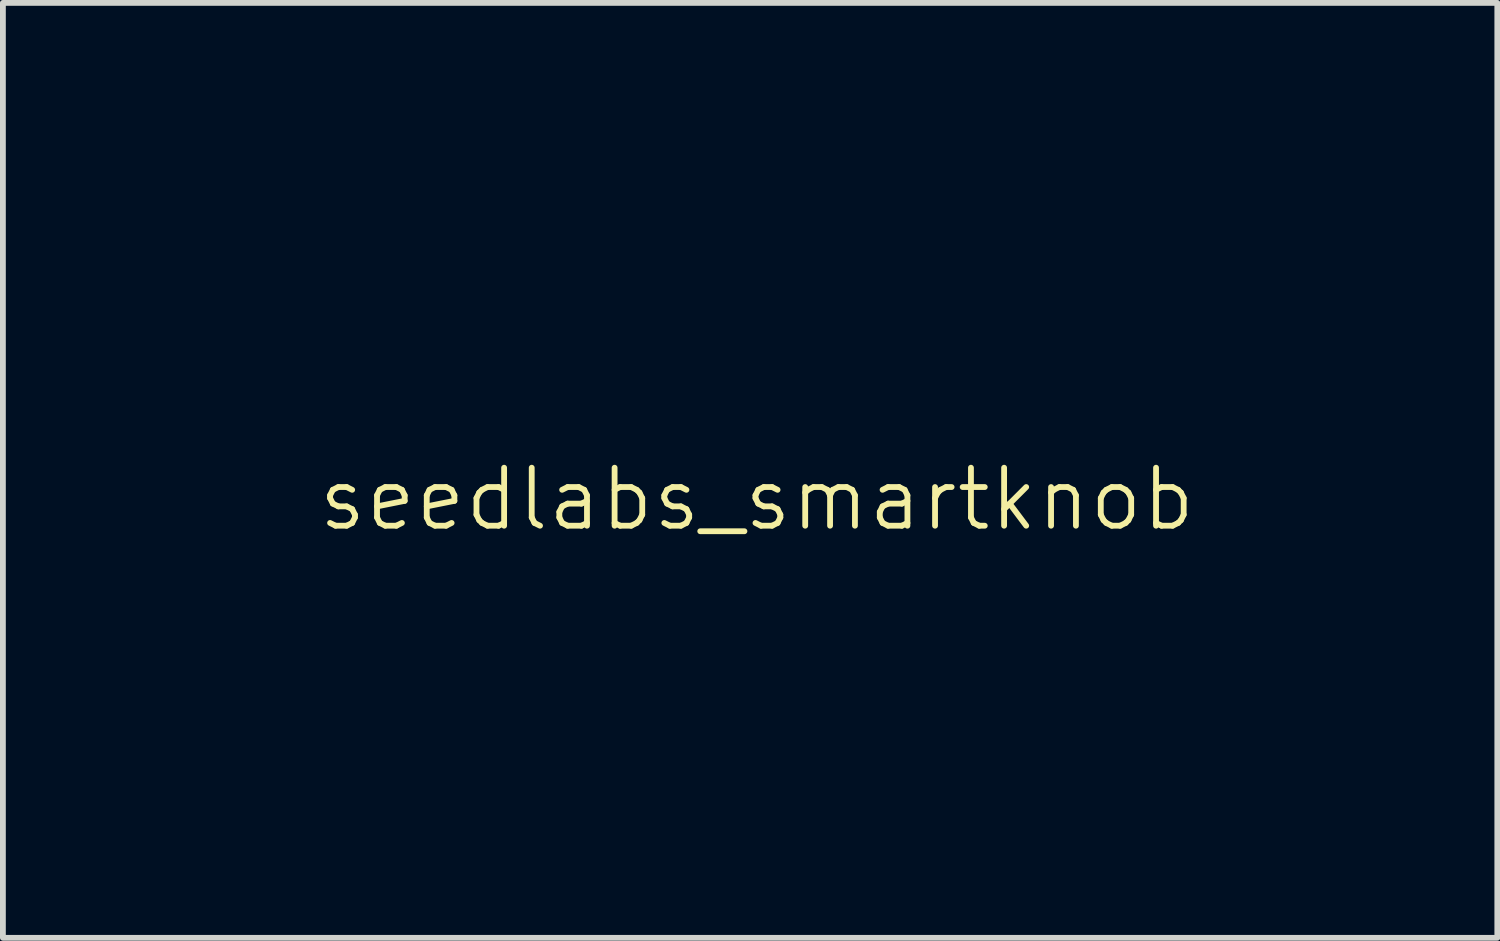
<source format=kicad_pcb>
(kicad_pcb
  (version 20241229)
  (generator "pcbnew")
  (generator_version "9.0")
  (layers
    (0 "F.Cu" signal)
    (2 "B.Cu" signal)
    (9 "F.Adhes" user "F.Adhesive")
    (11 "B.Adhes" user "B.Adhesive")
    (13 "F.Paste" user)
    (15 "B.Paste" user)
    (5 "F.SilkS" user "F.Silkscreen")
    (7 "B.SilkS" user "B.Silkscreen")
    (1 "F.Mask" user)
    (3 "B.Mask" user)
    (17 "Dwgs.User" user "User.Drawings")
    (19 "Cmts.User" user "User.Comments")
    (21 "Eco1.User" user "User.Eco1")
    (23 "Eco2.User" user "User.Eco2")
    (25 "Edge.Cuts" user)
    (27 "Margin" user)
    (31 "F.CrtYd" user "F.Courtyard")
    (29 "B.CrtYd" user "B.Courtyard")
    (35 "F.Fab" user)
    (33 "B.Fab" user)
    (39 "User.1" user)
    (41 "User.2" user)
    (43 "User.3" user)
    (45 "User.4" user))
  (footprint "seedlabs_smartknob"
    (layer "F.Cu")
    (at 9.997 6.055)
    (property "Reference" "seedlabs_smartknob" (at 0 -0.5 0) (unlocked yes) (layer "F.SilkS") (effects (font (size 1 1) (thickness 0.1))))
    (attr smd)
    (fp_poly (pts (xy 1.473 -4.274) (xy 1.473 -2.492) (xy 1.142 -2.492) (xy 0.81 -2.492) (xy 0.81 -4.274) (xy 0.81 -6.055) (xy 1.142 -6.055) (xy 1.473 -6.055)) (stroke (width 0) (type solid)) (fill yes) (layer "F.Mask"))
    (fp_poly (pts (xy -3.349 1.923) (xy -3.313 1.926) (xy -3.282 1.931) (xy -3.276 1.932) (xy -3.223 1.951) (xy -3.174 1.976) (xy -3.13 2.008) (xy -3.092 2.044) (xy -3.062 2.085) (xy -3.039 2.129) (xy -3.035 2.141) (xy -3.029 2.158) (xy -3.026 2.171) (xy -3.024 2.177) (xy -3.029 2.178) (xy -3.042 2.179) (xy -3.065 2.18) (xy -3.097 2.181) (xy -3.138 2.181) (xy -3.189 2.182) (xy -3.25 2.182) (xy -3.32 2.182) (xy -3.382 2.182) (xy -3.74 2.182) (xy -3.733 2.157) (xy -3.716 2.11) (xy -3.69 2.066) (xy -3.655 2.027) (xy -3.614 1.993) (xy -3.566 1.964) (xy -3.511 1.941) (xy -3.49 1.934) (xy -3.462 1.928) (xy -3.427 1.924) (xy -3.388 1.923)) (stroke (width 0) (type solid)) (fill yes) (layer "F.Mask"))
    (fp_poly (pts (xy 2.151 -0.152) (xy 2.204 -0.143) (xy 2.252 -0.126) (xy 2.297 -0.1) (xy 2.339 -0.064) (xy 2.345 -0.059) (xy 2.378 -0.022) (xy 2.404 0.016) (xy 2.424 0.056) (xy 2.436 0.09) (xy 2.451 0.151) (xy 2.458 0.214) (xy 2.458 0.278) (xy 2.451 0.341) (xy 2.436 0.401) (xy 2.415 0.456) (xy 2.411 0.464) (xy 2.386 0.504) (xy 2.354 0.542) (xy 2.319 0.575) (xy 2.281 0.601) (xy 2.263 0.611) (xy 2.239 0.621) (xy 2.214 0.63) (xy 2.191 0.637) (xy 2.187 0.638) (xy 2.157 0.642) (xy 2.122 0.645) (xy 2.086 0.644) (xy 2.053 0.642) (xy 2.044 0.64) (xy 2.003 0.631) (xy 1.96 0.616) (xy 1.92 0.597) (xy 1.884 0.575) (xy 1.864 0.559) (xy 1.838 0.536) (xy 1.838 0.245) (xy 1.838 -0.045) (xy 1.864 -0.069) (xy 1.901 -0.096) (xy 1.944 -0.119) (xy 1.993 -0.136) (xy 2.045 -0.148) (xy 2.093 -0.153)) (stroke (width 0) (type solid)) (fill yes) (layer "F.Mask"))
    (fp_poly (pts (xy -5.989 0.311) (xy -5.954 0.312) (xy -5.927 0.314) (xy -5.898 0.317) (xy -5.877 0.32) (xy -5.864 0.322) (xy -5.856 0.326) (xy -5.852 0.332) (xy -5.851 0.34) (xy -5.851 0.352) (xy -5.851 0.353) (xy -5.854 0.388) (xy -5.861 0.424) (xy -5.871 0.457) (xy -5.879 0.474) (xy -5.902 0.508) (xy -5.934 0.54) (xy -5.973 0.57) (xy -6.018 0.595) (xy -6.068 0.616) (xy -6.086 0.622) (xy -6.134 0.634) (xy -6.187 0.642) (xy -6.241 0.645) (xy -6.294 0.644) (xy -6.341 0.638) (xy -6.343 0.638) (xy -6.386 0.626) (xy -6.421 0.608) (xy -6.449 0.586) (xy -6.469 0.559) (xy -6.476 0.542) (xy -6.483 0.507) (xy -6.481 0.473) (xy -6.47 0.441) (xy -6.449 0.413) (xy -6.416 0.384) (xy -6.374 0.36) (xy -6.324 0.34) (xy -6.266 0.325) (xy -6.249 0.321) (xy -6.224 0.318) (xy -6.192 0.315) (xy -6.155 0.313) (xy -6.113 0.311) (xy -6.07 0.31) (xy -6.028 0.31)) (stroke (width 0) (type solid)) (fill yes) (layer "F.Mask"))
    (fp_poly (pts (xy 0.781 -0.153) (xy 0.834 -0.145) (xy 0.883 -0.131) (xy 0.891 -0.127) (xy 0.942 -0.102) (xy 0.987 -0.068) (xy 1.027 -0.028) (xy 1.059 0.019) (xy 1.085 0.071) (xy 1.104 0.128) (xy 1.115 0.188) (xy 1.119 0.253) (xy 1.116 0.294) (xy 1.106 0.359) (xy 1.088 0.418) (xy 1.062 0.471) (xy 1.029 0.519) (xy 0.989 0.559) (xy 0.941 0.593) (xy 0.888 0.62) (xy 0.857 0.631) (xy 0.834 0.636) (xy 0.804 0.64) (xy 0.77 0.643) (xy 0.735 0.644) (xy 0.703 0.644) (xy 0.675 0.641) (xy 0.668 0.64) (xy 0.612 0.625) (xy 0.56 0.602) (xy 0.513 0.571) (xy 0.472 0.532) (xy 0.437 0.487) (xy 0.409 0.436) (xy 0.388 0.379) (xy 0.378 0.334) (xy 0.373 0.293) (xy 0.371 0.247) (xy 0.373 0.201) (xy 0.378 0.157) (xy 0.385 0.124) (xy 0.405 0.065) (xy 0.433 0.012) (xy 0.467 -0.035) (xy 0.509 -0.075) (xy 0.556 -0.108) (xy 0.609 -0.133) (xy 0.627 -0.139) (xy 0.675 -0.15) (xy 0.727 -0.154)) (stroke (width 0) (type solid)) (fill yes) (layer "F.Mask"))
    (fp_poly (pts (xy -4.856 1.457) (xy -4.81 1.458) (xy -4.772 1.458) (xy -4.741 1.458) (xy -4.717 1.459) (xy -4.698 1.46) (xy -4.683 1.461) (xy -4.672 1.463) (xy -4.662 1.465) (xy -4.652 1.467) (xy -4.642 1.47) (xy -4.638 1.472) (xy -4.587 1.494) (xy -4.541 1.523) (xy -4.501 1.561) (xy -4.465 1.607) (xy -4.434 1.662) (xy -4.431 1.668) (xy -4.411 1.714) (xy -4.395 1.763) (xy -4.381 1.818) (xy -4.372 1.861) (xy -4.369 1.879) (xy -4.367 1.895) (xy -4.365 1.913) (xy -4.363 1.932) (xy -4.363 1.955) (xy -4.362 1.983) (xy -4.362 2.018) (xy -4.362 2.061) (xy -4.362 2.071) (xy -4.362 2.116) (xy -4.362 2.152) (xy -4.362 2.182) (xy -4.363 2.206) (xy -4.365 2.226) (xy -4.366 2.244) (xy -4.369 2.26) (xy -4.371 2.277) (xy -4.372 2.281) (xy -4.389 2.356) (xy -4.409 2.422) (xy -4.433 2.48) (xy -4.461 2.531) (xy -4.494 2.575) (xy -4.521 2.604) (xy -4.55 2.629) (xy -4.578 2.648) (xy -4.61 2.664) (xy -4.64 2.676) (xy -4.677 2.689) (xy -4.856 2.69) (xy -5.036 2.692) (xy -5.036 2.074) (xy -5.036 1.455)) (stroke (width 0) (type solid)) (fill yes) (layer "F.Mask"))
    (fp_poly (pts (xy 3.153 -5.12) (xy 3.163 -5.118) (xy 3.264 -5.101) (xy 3.361 -5.074) (xy 3.453 -5.039) (xy 3.541 -4.995) (xy 3.623 -4.943) (xy 3.701 -4.883) (xy 3.773 -4.814) (xy 3.784 -4.802) (xy 3.825 -4.758) (xy 3.825 -4.908) (xy 3.825 -5.057) (xy 4.156 -5.057) (xy 4.487 -5.057) (xy 4.487 -3.775) (xy 4.487 -2.492) (xy 4.156 -2.492) (xy 3.825 -2.492) (xy 3.825 -2.642) (xy 3.825 -2.791) (xy 3.776 -2.739) (xy 3.705 -2.67) (xy 3.628 -2.61) (xy 3.546 -2.558) (xy 3.459 -2.513) (xy 3.366 -2.478) (xy 3.268 -2.45) (xy 3.166 -2.431) (xy 3.145 -2.429) (xy 3.115 -2.426) (xy 3.079 -2.423) (xy 3.039 -2.422) (xy 2.997 -2.421) (xy 2.957 -2.421) (xy 2.922 -2.422) (xy 2.894 -2.423) (xy 2.893 -2.423) (xy 2.786 -2.438) (xy 2.681 -2.461) (xy 2.579 -2.494) (xy 2.481 -2.535) (xy 2.388 -2.585) (xy 2.298 -2.643) (xy 2.214 -2.709) (xy 2.135 -2.782) (xy 2.062 -2.863) (xy 1.995 -2.95) (xy 1.935 -3.045) (xy 1.888 -3.132) (xy 1.84 -3.239) (xy 1.802 -3.35) (xy 1.773 -3.463) (xy 1.753 -3.578) (xy 1.742 -3.694) (xy 1.74 -3.808) (xy 2.405 -3.808) (xy 2.405 -3.726) (xy 2.414 -3.644) (xy 2.431 -3.564) (xy 2.456 -3.486) (xy 2.48 -3.429) (xy 2.52 -3.359) (xy 2.566 -3.296) (xy 2.62 -3.239) (xy 2.68 -3.189) (xy 2.746 -3.146) (xy 2.818 -3.11) (xy 2.894 -3.083) (xy 2.935 -3.073) (xy 2.997 -3.061) (xy 3.055 -3.054) (xy 3.113 -3.052) (xy 3.174 -3.056) (xy 3.177 -3.056) (xy 3.264 -3.068) (xy 3.345 -3.088) (xy 3.422 -3.117) (xy 3.493 -3.154) (xy 3.559 -3.199) (xy 3.619 -3.253) (xy 3.629 -3.263) (xy 3.682 -3.325) (xy 3.726 -3.391) (xy 3.761 -3.462) (xy 3.789 -3.538) (xy 3.807 -3.619) (xy 3.818 -3.705) (xy 3.82 -3.775) (xy 3.816 -3.864) (xy 3.804 -3.947) (xy 3.784 -4.026) (xy 3.755 -4.101) (xy 3.718 -4.173) (xy 3.701 -4.2) (xy 3.682 -4.225) (xy 3.658 -4.253) (xy 3.63 -4.283) (xy 3.6 -4.313) (xy 3.571 -4.34) (xy 3.544 -4.363) (xy 3.528 -4.374) (xy 3.457 -4.415) (xy 3.382 -4.448) (xy 3.304 -4.473) (xy 3.223 -4.489) (xy 3.141 -4.496) (xy 3.058 -4.495) (xy 2.976 -4.485) (xy 2.896 -4.467) (xy 2.818 -4.439) (xy 2.778 -4.421) (xy 2.709 -4.382) (xy 2.646 -4.335) (xy 2.589 -4.28) (xy 2.538 -4.218) (xy 2.518 -4.188) (xy 2.48 -4.12) (xy 2.449 -4.047) (xy 2.427 -3.97) (xy 2.412 -3.89) (xy 2.405 -3.808) (xy 1.74 -3.808) (xy 1.74 -3.812) (xy 1.748 -3.929) (xy 1.765 -4.046) (xy 1.791 -4.161) (xy 1.826 -4.274) (xy 1.828 -4.281) (xy 1.86 -4.358) (xy 1.898 -4.438) (xy 1.942 -4.517) (xy 1.991 -4.593) (xy 2.041 -4.661) (xy 2.064 -4.69) (xy 2.093 -4.722) (xy 2.126 -4.756) (xy 2.16 -4.79) (xy 2.193 -4.822) (xy 2.223 -4.849) (xy 2.236 -4.859) (xy 2.325 -4.925) (xy 2.418 -4.982) (xy 2.515 -5.03) (xy 2.615 -5.068) (xy 2.718 -5.098) (xy 2.823 -5.117) (xy 2.931 -5.128) (xy 3.041 -5.129)) (stroke (width 0) (type solid)) (fill yes) (layer "F.Mask"))
    (fp_poly (pts (xy 0.415 -4.274) (xy 0.415 -2.492) (xy 0.084 -2.492) (xy -0.247 -2.492) (xy -0.247 -2.641) (xy -0.247 -2.789) (xy -0.318 -2.718) (xy -0.374 -2.663) (xy -0.43 -2.617) (xy -0.486 -2.577) (xy -0.545 -2.542) (xy -0.609 -2.512) (xy -0.622 -2.506) (xy -0.705 -2.475) (xy -0.794 -2.451) (xy -0.888 -2.433) (xy -0.984 -2.423) (xy -1.08 -2.419) (xy -1.149 -2.422) (xy -1.255 -2.433) (xy -1.36 -2.454) (xy -1.462 -2.484) (xy -1.561 -2.523) (xy -1.656 -2.571) (xy -1.747 -2.627) (xy -1.834 -2.691) (xy -1.916 -2.763) (xy -1.992 -2.842) (xy -2.042 -2.903) (xy -2.108 -2.996) (xy -2.166 -3.094) (xy -2.215 -3.198) (xy -2.256 -3.307) (xy -2.289 -3.421) (xy -2.314 -3.54) (xy -2.321 -3.587) (xy -2.325 -3.623) (xy -2.327 -3.667) (xy -2.329 -3.716) (xy -2.33 -3.767) (xy -2.33 -3.775) (xy -1.667 -3.775) (xy -1.663 -3.684) (xy -1.65 -3.599) (xy -1.629 -3.52) (xy -1.6 -3.445) (xy -1.562 -3.375) (xy -1.516 -3.31) (xy -1.461 -3.249) (xy -1.458 -3.247) (xy -1.4 -3.196) (xy -1.339 -3.154) (xy -1.273 -3.12) (xy -1.204 -3.093) (xy -1.124 -3.07) (xy -1.046 -3.057) (xy -0.967 -3.052) (xy -0.89 -3.056) (xy -0.804 -3.068) (xy -0.723 -3.089) (xy -0.645 -3.118) (xy -0.572 -3.157) (xy -0.547 -3.173) (xy -0.525 -3.189) (xy -0.499 -3.212) (xy -0.47 -3.238) (xy -0.442 -3.267) (xy -0.415 -3.295) (xy -0.392 -3.322) (xy -0.375 -3.345) (xy -0.374 -3.347) (xy -0.331 -3.419) (xy -0.298 -3.497) (xy -0.273 -3.577) (xy -0.258 -3.662) (xy -0.253 -3.715) (xy -0.252 -3.808) (xy -0.259 -3.897) (xy -0.275 -3.98) (xy -0.3 -4.059) (xy -0.333 -4.135) (xy -0.371 -4.2) (xy -0.39 -4.225) (xy -0.414 -4.254) (xy -0.443 -4.285) (xy -0.474 -4.315) (xy -0.504 -4.343) (xy -0.532 -4.366) (xy -0.551 -4.38) (xy -0.622 -4.42) (xy -0.698 -4.453) (xy -0.777 -4.476) (xy -0.858 -4.491) (xy -0.941 -4.497) (xy -1.025 -4.494) (xy -1.109 -4.482) (xy -1.192 -4.461) (xy -1.201 -4.459) (xy -1.277 -4.429) (xy -1.347 -4.391) (xy -1.411 -4.346) (xy -1.47 -4.293) (xy -1.521 -4.234) (xy -1.566 -4.169) (xy -1.603 -4.098) (xy -1.631 -4.021) (xy -1.643 -3.981) (xy -1.653 -3.938) (xy -1.66 -3.899) (xy -1.664 -3.861) (xy -1.666 -3.819) (xy -1.667 -3.775) (xy -2.33 -3.775) (xy -2.329 -3.819) (xy -2.328 -3.869) (xy -2.326 -3.914) (xy -2.322 -3.953) (xy -2.321 -3.965) (xy -2.299 -4.086) (xy -2.269 -4.202) (xy -2.23 -4.314) (xy -2.183 -4.42) (xy -2.128 -4.522) (xy -2.064 -4.618) (xy -2.023 -4.672) (xy -1.96 -4.743) (xy -1.889 -4.812) (xy -1.813 -4.876) (xy -1.732 -4.934) (xy -1.669 -4.973) (xy -1.573 -5.022) (xy -1.474 -5.063) (xy -1.371 -5.093) (xy -1.266 -5.115) (xy -1.159 -5.127) (xy -1.05 -5.129) (xy -0.939 -5.122) (xy -0.888 -5.116) (xy -0.79 -5.098) (xy -0.698 -5.073) (xy -0.613 -5.04) (xy -0.532 -5) (xy -0.456 -4.951) (xy -0.383 -4.894) (xy -0.313 -4.828) (xy -0.307 -4.822) (xy -0.247 -4.759) (xy -0.247 -5.407) (xy -0.247 -6.055) (xy 0.084 -6.055) (xy 0.415 -6.055)) (stroke (width 0) (type solid)) (fill yes) (layer "F.Mask"))
    (fp_poly (pts (xy 5.54 -5.407) (xy 5.54 -4.758) (xy 5.555 -4.775) (xy 5.574 -4.796) (xy 5.597 -4.82) (xy 5.622 -4.845) (xy 5.647 -4.869) (xy 5.67 -4.891) (xy 5.689 -4.908) (xy 5.693 -4.911) (xy 5.767 -4.966) (xy 5.848 -5.013) (xy 5.935 -5.052) (xy 6.029 -5.084) (xy 6.128 -5.108) (xy 6.217 -5.122) (xy 6.249 -5.125) (xy 6.288 -5.127) (xy 6.332 -5.128) (xy 6.379 -5.128) (xy 6.425 -5.127) (xy 6.468 -5.125) (xy 6.506 -5.122) (xy 6.53 -5.119) (xy 6.632 -5.101) (xy 6.728 -5.074) (xy 6.821 -5.04) (xy 6.893 -5.008) (xy 6.991 -4.954) (xy 7.082 -4.893) (xy 7.168 -4.824) (xy 7.247 -4.749) (xy 7.319 -4.666) (xy 7.384 -4.578) (xy 7.442 -4.483) (xy 7.493 -4.383) (xy 7.536 -4.278) (xy 7.571 -4.167) (xy 7.598 -4.052) (xy 7.613 -3.956) (xy 7.617 -3.919) (xy 7.62 -3.874) (xy 7.621 -3.825) (xy 7.622 -3.774) (xy 7.621 -3.722) (xy 7.62 -3.673) (xy 7.617 -3.629) (xy 7.613 -3.593) (xy 7.593 -3.472) (xy 7.564 -3.356) (xy 7.526 -3.245) (xy 7.48 -3.139) (xy 7.426 -3.038) (xy 7.363 -2.942) (xy 7.292 -2.852) (xy 7.268 -2.824) (xy 7.192 -2.747) (xy 7.109 -2.677) (xy 7.021 -2.614) (xy 6.929 -2.56) (xy 6.832 -2.514) (xy 6.733 -2.477) (xy 6.63 -2.449) (xy 6.528 -2.43) (xy 6.49 -2.426) (xy 6.445 -2.423) (xy 6.398 -2.421) (xy 6.35 -2.421) (xy 6.305 -2.421) (xy 6.267 -2.423) (xy 6.264 -2.423) (xy 6.158 -2.436) (xy 6.059 -2.457) (xy 5.964 -2.486) (xy 5.876 -2.523) (xy 5.793 -2.568) (xy 5.762 -2.588) (xy 5.724 -2.615) (xy 5.689 -2.643) (xy 5.653 -2.674) (xy 5.615 -2.711) (xy 5.597 -2.73) (xy 5.54 -2.79) (xy 5.54 -2.641) (xy 5.54 -2.492) (xy 5.208 -2.492) (xy 4.877 -2.492) (xy 4.877 -3.814) (xy 5.543 -3.814) (xy 5.543 -3.725) (xy 5.553 -3.638) (xy 5.56 -3.6) (xy 5.582 -3.518) (xy 5.613 -3.442) (xy 5.651 -3.371) (xy 5.696 -3.306) (xy 5.748 -3.248) (xy 5.807 -3.197) (xy 5.871 -3.152) (xy 5.942 -3.116) (xy 6.018 -3.087) (xy 6.073 -3.073) (xy 6.135 -3.061) (xy 6.194 -3.054) (xy 6.251 -3.052) (xy 6.313 -3.056) (xy 6.315 -3.056) (xy 6.402 -3.068) (xy 6.484 -3.088) (xy 6.56 -3.117) (xy 6.631 -3.154) (xy 6.697 -3.2) (xy 6.757 -3.253) (xy 6.765 -3.261) (xy 6.818 -3.323) (xy 6.862 -3.389) (xy 6.898 -3.461) (xy 6.926 -3.538) (xy 6.946 -3.619) (xy 6.956 -3.705) (xy 6.959 -3.795) (xy 6.957 -3.833) (xy 6.947 -3.92) (xy 6.928 -4.004) (xy 6.901 -4.083) (xy 6.864 -4.158) (xy 6.839 -4.2) (xy 6.82 -4.225) (xy 6.796 -4.253) (xy 6.768 -4.283) (xy 6.738 -4.313) (xy 6.709 -4.34) (xy 6.682 -4.363) (xy 6.666 -4.374) (xy 6.601 -4.412) (xy 6.529 -4.445) (xy 6.454 -4.47) (xy 6.379 -4.487) (xy 6.377 -4.487) (xy 6.337 -4.492) (xy 6.291 -4.495) (xy 6.243 -4.495) (xy 6.195 -4.494) (xy 6.152 -4.491) (xy 6.123 -4.487) (xy 6.039 -4.468) (xy 5.961 -4.442) (xy 5.889 -4.407) (xy 5.822 -4.364) (xy 5.761 -4.315) (xy 5.708 -4.258) (xy 5.661 -4.195) (xy 5.621 -4.126) (xy 5.589 -4.051) (xy 5.57 -3.989) (xy 5.552 -3.902) (xy 5.543 -3.814) (xy 4.877 -3.814) (xy 4.877 -4.274) (xy 4.877 -6.055) (xy 5.208 -6.055) (xy 5.54 -6.055)) (stroke (width 0) (type solid)) (fill yes) (layer "F.Mask"))
    (fp_poly (pts (xy -6.399 -5.126) (xy -6.321 -5.12) (xy -6.247 -5.11) (xy -6.175 -5.096) (xy -6.101 -5.076) (xy -6.095 -5.074) (xy -5.99 -5.037) (xy -5.891 -4.992) (xy -5.797 -4.939) (xy -5.708 -4.878) (xy -5.625 -4.81) (xy -5.548 -4.735) (xy -5.477 -4.653) (xy -5.413 -4.564) (xy -5.356 -4.47) (xy -5.307 -4.369) (xy -5.265 -4.264) (xy -5.231 -4.153) (xy -5.226 -4.133) (xy -5.213 -4.079) (xy -5.204 -4.028) (xy -5.196 -3.979) (xy -5.191 -3.929) (xy -5.188 -3.875) (xy -5.187 -3.815) (xy -5.186 -3.782) (xy -5.187 -3.736) (xy -5.187 -3.697) (xy -5.188 -3.664) (xy -5.19 -3.635) (xy -5.193 -3.606) (xy -5.197 -3.576) (xy -5.202 -3.543) (xy -5.204 -3.531) (xy -5.209 -3.5) (xy -6.176 -3.5) (xy -7.142 -3.5) (xy -7.138 -3.487) (xy -7.133 -3.47) (xy -7.124 -3.446) (xy -7.113 -3.419) (xy -7.101 -3.392) (xy -7.089 -3.367) (xy -7.079 -3.346) (xy -7.077 -3.343) (xy -7.034 -3.279) (xy -6.985 -3.222) (xy -6.929 -3.173) (xy -6.867 -3.13) (xy -6.797 -3.094) (xy -6.721 -3.065) (xy -6.637 -3.043) (xy -6.629 -3.041) (xy -6.605 -3.037) (xy -6.576 -3.033) (xy -6.543 -3.029) (xy -6.511 -3.026) (xy -6.502 -3.025) (xy -6.409 -3.022) (xy -6.321 -3.028) (xy -6.236 -3.042) (xy -6.155 -3.064) (xy -6.08 -3.095) (xy -6.009 -3.133) (xy -5.944 -3.18) (xy -5.892 -3.226) (xy -5.843 -3.277) (xy -5.58 -3.125) (xy -5.533 -3.098) (xy -5.489 -3.073) (xy -5.449 -3.049) (xy -5.412 -3.028) (xy -5.38 -3.009) (xy -5.353 -2.994) (xy -5.333 -2.982) (xy -5.32 -2.974) (xy -5.315 -2.971) (xy -5.315 -2.971) (xy -5.316 -2.965) (xy -5.323 -2.954) (xy -5.334 -2.938) (xy -5.35 -2.918) (xy -5.368 -2.895) (xy -5.387 -2.872) (xy -5.408 -2.848) (xy -5.428 -2.826) (xy -5.44 -2.813) (xy -5.519 -2.737) (xy -5.604 -2.669) (xy -5.695 -2.609) (xy -5.792 -2.557) (xy -5.894 -2.513) (xy -6 -2.478) (xy -6.112 -2.451) (xy -6.227 -2.432) (xy -6.236 -2.431) (xy -6.264 -2.428) (xy -6.299 -2.426) (xy -6.337 -2.424) (xy -6.378 -2.422) (xy -6.418 -2.421) (xy -6.455 -2.42) (xy -6.487 -2.42) (xy -6.513 -2.421) (xy -6.518 -2.421) (xy -6.62 -2.43) (xy -6.712 -2.443) (xy -6.796 -2.458) (xy -6.817 -2.463) (xy -6.93 -2.495) (xy -7.038 -2.534) (xy -7.141 -2.582) (xy -7.237 -2.637) (xy -7.328 -2.699) (xy -7.412 -2.768) (xy -7.489 -2.844) (xy -7.559 -2.927) (xy -7.623 -3.016) (xy -7.678 -3.111) (xy -7.726 -3.212) (xy -7.759 -3.297) (xy -7.792 -3.408) (xy -7.816 -3.522) (xy -7.831 -3.637) (xy -7.837 -3.754) (xy -7.834 -3.871) (xy -7.822 -3.988) (xy -7.816 -4.019) (xy -7.151 -4.019) (xy -6.499 -4.019) (xy -5.847 -4.019) (xy -5.852 -4.038) (xy -5.877 -4.119) (xy -5.909 -4.193) (xy -5.948 -4.261) (xy -5.995 -4.321) (xy -6.015 -4.343) (xy -6.067 -4.392) (xy -6.121 -4.433) (xy -6.181 -4.466) (xy -6.245 -4.493) (xy -6.317 -4.514) (xy -6.339 -4.52) (xy -6.37 -4.525) (xy -6.409 -4.528) (xy -6.452 -4.53) (xy -6.497 -4.531) (xy -6.542 -4.53) (xy -6.584 -4.527) (xy -6.621 -4.523) (xy -6.629 -4.521) (xy -6.699 -4.505) (xy -6.767 -4.483) (xy -6.831 -4.454) (xy -6.888 -4.421) (xy -6.903 -4.411) (xy -6.949 -4.374) (xy -6.993 -4.329) (xy -7.035 -4.278) (xy -7.071 -4.224) (xy -7.093 -4.185) (xy -7.103 -4.163) (xy -7.113 -4.137) (xy -7.124 -4.108) (xy -7.135 -4.079) (xy -7.143 -4.054) (xy -7.148 -4.035) (xy -7.151 -4.019) (xy -7.816 -4.019) (xy -7.801 -4.102) (xy -7.771 -4.215) (xy -7.732 -4.323) (xy -7.726 -4.34) (xy -7.678 -4.441) (xy -7.623 -4.536) (xy -7.559 -4.625) (xy -7.489 -4.709) (xy -7.412 -4.786) (xy -7.329 -4.856) (xy -7.239 -4.918) (xy -7.145 -4.973) (xy -7.045 -5.02) (xy -6.941 -5.059) (xy -6.862 -5.082) (xy -6.796 -5.097) (xy -6.736 -5.109) (xy -6.679 -5.118) (xy -6.62 -5.124) (xy -6.558 -5.127) (xy -6.489 -5.128) (xy -6.483 -5.128)) (stroke (width 0) (type solid)) (fill yes) (layer "F.Mask"))
    (fp_poly (pts (xy -3.646 -5.126) (xy -3.569 -5.12) (xy -3.495 -5.11) (xy -3.422 -5.096) (xy -3.348 -5.076) (xy -3.342 -5.074) (xy -3.238 -5.037) (xy -3.138 -4.992) (xy -3.044 -4.939) (xy -2.955 -4.878) (xy -2.872 -4.81) (xy -2.795 -4.735) (xy -2.724 -4.653) (xy -2.661 -4.564) (xy -2.604 -4.47) (xy -2.554 -4.369) (xy -2.513 -4.264) (xy -2.479 -4.153) (xy -2.474 -4.133) (xy -2.461 -4.079) (xy -2.451 -4.028) (xy -2.444 -3.979) (xy -2.439 -3.929) (xy -2.436 -3.875) (xy -2.434 -3.815) (xy -2.434 -3.782) (xy -2.434 -3.736) (xy -2.435 -3.697) (xy -2.436 -3.664) (xy -2.438 -3.635) (xy -2.441 -3.606) (xy -2.445 -3.576) (xy -2.45 -3.543) (xy -2.452 -3.531) (xy -2.457 -3.5) (xy -3.423 -3.5) (xy -4.389 -3.5) (xy -4.386 -3.487) (xy -4.381 -3.47) (xy -4.372 -3.446) (xy -4.361 -3.419) (xy -4.349 -3.392) (xy -4.337 -3.367) (xy -4.326 -3.346) (xy -4.325 -3.343) (xy -4.282 -3.279) (xy -4.233 -3.222) (xy -4.177 -3.173) (xy -4.114 -3.13) (xy -4.045 -3.094) (xy -3.968 -3.065) (xy -3.885 -3.043) (xy -3.876 -3.041) (xy -3.853 -3.037) (xy -3.823 -3.033) (xy -3.791 -3.029) (xy -3.758 -3.026) (xy -3.749 -3.025) (xy -3.657 -3.022) (xy -3.568 -3.028) (xy -3.483 -3.042) (xy -3.403 -3.064) (xy -3.327 -3.095) (xy -3.257 -3.133) (xy -3.192 -3.18) (xy -3.14 -3.226) (xy -3.09 -3.277) (xy -2.828 -3.125) (xy -2.781 -3.098) (xy -2.737 -3.073) (xy -2.696 -3.049) (xy -2.659 -3.028) (xy -2.627 -3.009) (xy -2.601 -2.994) (xy -2.581 -2.982) (xy -2.568 -2.974) (xy -2.562 -2.971) (xy -2.562 -2.971) (xy -2.563 -2.965) (xy -2.57 -2.954) (xy -2.582 -2.938) (xy -2.597 -2.918) (xy -2.615 -2.895) (xy -2.635 -2.872) (xy -2.655 -2.848) (xy -2.675 -2.826) (xy -2.687 -2.813) (xy -2.766 -2.737) (xy -2.852 -2.669) (xy -2.943 -2.609) (xy -3.039 -2.557) (xy -3.141 -2.513) (xy -3.248 -2.478) (xy -3.359 -2.451) (xy -3.475 -2.432) (xy -3.484 -2.431) (xy -3.512 -2.428) (xy -3.546 -2.426) (xy -3.585 -2.424) (xy -3.625 -2.422) (xy -3.665 -2.421) (xy -3.702 -2.42) (xy -3.735 -2.42) (xy -3.76 -2.421) (xy -3.766 -2.421) (xy -3.867 -2.43) (xy -3.96 -2.443) (xy -4.043 -2.458) (xy -4.065 -2.463) (xy -4.178 -2.495) (xy -4.286 -2.534) (xy -4.388 -2.582) (xy -4.485 -2.637) (xy -4.575 -2.699) (xy -4.659 -2.768) (xy -4.737 -2.844) (xy -4.807 -2.927) (xy -4.87 -3.016) (xy -4.926 -3.111) (xy -4.974 -3.212) (xy -5.006 -3.297) (xy -5.039 -3.408) (xy -5.063 -3.522) (xy -5.078 -3.637) (xy -5.084 -3.754) (xy -5.081 -3.871) (xy -5.069 -3.988) (xy -5.064 -4.019) (xy -4.399 -4.019) (xy -3.747 -4.019) (xy -3.094 -4.019) (xy -3.099 -4.038) (xy -3.125 -4.119) (xy -3.157 -4.193) (xy -3.196 -4.261) (xy -3.242 -4.321) (xy -3.262 -4.343) (xy -3.314 -4.392) (xy -3.369 -4.433) (xy -3.428 -4.466) (xy -3.493 -4.493) (xy -3.565 -4.514) (xy -3.587 -4.52) (xy -3.618 -4.525) (xy -3.656 -4.528) (xy -3.7 -4.53) (xy -3.745 -4.531) (xy -3.79 -4.53) (xy -3.832 -4.527) (xy -3.868 -4.523) (xy -3.877 -4.521) (xy -3.947 -4.505) (xy -4.015 -4.483) (xy -4.078 -4.454) (xy -4.136 -4.421) (xy -4.15 -4.411) (xy -4.196 -4.374) (xy -4.241 -4.329) (xy -4.282 -4.278) (xy -4.318 -4.224) (xy -4.34 -4.185) (xy -4.35 -4.163) (xy -4.361 -4.137) (xy -4.372 -4.108) (xy -4.382 -4.079) (xy -4.39 -4.054) (xy -4.395 -4.035) (xy -4.399 -4.019) (xy -5.064 -4.019) (xy -5.048 -4.102) (xy -5.019 -4.215) (xy -4.98 -4.323) (xy -4.973 -4.34) (xy -4.926 -4.441) (xy -4.87 -4.536) (xy -4.807 -4.625) (xy -4.737 -4.709) (xy -4.659 -4.786) (xy -4.576 -4.856) (xy -4.487 -4.918) (xy -4.392 -4.973) (xy -4.292 -5.02) (xy -4.188 -5.059) (xy -4.109 -5.082) (xy -4.044 -5.097) (xy -3.984 -5.109) (xy -3.926 -5.118) (xy -3.867 -5.124) (xy -3.805 -5.127) (xy -3.736 -5.128) (xy -3.731 -5.128)) (stroke (width 0) (type solid)) (fill yes) (layer "F.Mask"))
    (fp_poly (pts (xy -8.881 -5.128) (xy -8.838 -5.127) (xy -8.799 -5.125) (xy -8.768 -5.122) (xy -8.766 -5.122) (xy -8.662 -5.104) (xy -8.56 -5.078) (xy -8.464 -5.045) (xy -8.373 -5.004) (xy -8.299 -4.963) (xy -8.223 -4.911) (xy -8.15 -4.85) (xy -8.082 -4.781) (xy -8.019 -4.706) (xy -7.982 -4.654) (xy -7.966 -4.629) (xy -7.954 -4.611) (xy -7.947 -4.598) (xy -7.943 -4.59) (xy -7.943 -4.585) (xy -7.944 -4.583) (xy -7.949 -4.58) (xy -7.962 -4.573) (xy -7.982 -4.561) (xy -8.009 -4.547) (xy -8.041 -4.529) (xy -8.077 -4.509) (xy -8.118 -4.487) (xy -8.162 -4.463) (xy -8.201 -4.442) (xy -8.247 -4.416) (xy -8.292 -4.392) (xy -8.334 -4.369) (xy -8.373 -4.348) (xy -8.407 -4.33) (xy -8.435 -4.314) (xy -8.457 -4.302) (xy -8.472 -4.294) (xy -8.478 -4.29) (xy -8.504 -4.276) (xy -8.515 -4.297) (xy -8.549 -4.354) (xy -8.59 -4.404) (xy -8.639 -4.447) (xy -8.693 -4.483) (xy -8.752 -4.51) (xy -8.794 -4.524) (xy -8.822 -4.53) (xy -8.857 -4.534) (xy -8.895 -4.536) (xy -8.935 -4.536) (xy -8.973 -4.534) (xy -9.006 -4.53) (xy -9.026 -4.526) (xy -9.076 -4.51) (xy -9.119 -4.488) (xy -9.154 -4.46) (xy -9.182 -4.428) (xy -9.195 -4.406) (xy -9.202 -4.39) (xy -9.206 -4.376) (xy -9.208 -4.359) (xy -9.209 -4.337) (xy -9.209 -4.333) (xy -9.208 -4.31) (xy -9.207 -4.293) (xy -9.203 -4.28) (xy -9.198 -4.268) (xy -9.175 -4.235) (xy -9.144 -4.205) (xy -9.104 -4.178) (xy -9.054 -4.153) (xy -9.029 -4.143) (xy -9.007 -4.134) (xy -8.986 -4.126) (xy -8.964 -4.118) (xy -8.939 -4.11) (xy -8.912 -4.102) (xy -8.88 -4.092) (xy -8.842 -4.081) (xy -8.796 -4.069) (xy -8.752 -4.056) (xy -8.669 -4.033) (xy -8.595 -4.011) (xy -8.528 -3.989) (xy -8.469 -3.969) (xy -8.415 -3.949) (xy -8.367 -3.929) (xy -8.322 -3.908) (xy -8.281 -3.887) (xy -8.242 -3.865) (xy -8.226 -3.855) (xy -8.161 -3.811) (xy -8.102 -3.761) (xy -8.049 -3.707) (xy -8.004 -3.651) (xy -7.968 -3.592) (xy -7.954 -3.564) (xy -7.926 -3.491) (xy -7.905 -3.413) (xy -7.893 -3.332) (xy -7.888 -3.25) (xy -7.891 -3.167) (xy -7.902 -3.085) (xy -7.921 -3.006) (xy -7.948 -2.931) (xy -7.966 -2.892) (xy -7.993 -2.843) (xy -8.022 -2.799) (xy -8.056 -2.756) (xy -8.097 -2.711) (xy -8.102 -2.707) (xy -8.166 -2.649) (xy -8.238 -2.597) (xy -8.317 -2.552) (xy -8.402 -2.513) (xy -8.493 -2.48) (xy -8.589 -2.455) (xy -8.691 -2.436) (xy -8.796 -2.424) (xy -8.905 -2.42) (xy -9.018 -2.423) (xy -9.036 -2.424) (xy -9.151 -2.436) (xy -9.261 -2.456) (xy -9.366 -2.485) (xy -9.465 -2.521) (xy -9.559 -2.566) (xy -9.648 -2.619) (xy -9.695 -2.652) (xy -9.732 -2.682) (xy -9.772 -2.718) (xy -9.811 -2.757) (xy -9.848 -2.798) (xy -9.88 -2.836) (xy -9.888 -2.847) (xy -9.901 -2.866) (xy -9.916 -2.888) (xy -9.932 -2.913) (xy -9.948 -2.939) (xy -9.963 -2.964) (xy -9.976 -2.987) (xy -9.987 -3.007) (xy -9.994 -3.021) (xy -9.997 -3.028) (xy -9.997 -3.029) (xy -9.993 -3.032) (xy -9.981 -3.039) (xy -9.962 -3.05) (xy -9.937 -3.065) (xy -9.907 -3.082) (xy -9.872 -3.102) (xy -9.835 -3.123) (xy -9.794 -3.146) (xy -9.752 -3.17) (xy -9.709 -3.195) (xy -9.666 -3.219) (xy -9.624 -3.242) (xy -9.584 -3.265) (xy -9.547 -3.286) (xy -9.513 -3.305) (xy -9.483 -3.321) (xy -9.459 -3.334) (xy -9.44 -3.344) (xy -9.429 -3.35) (xy -9.426 -3.351) (xy -9.42 -3.35) (xy -9.419 -3.347) (xy -9.417 -3.34) (xy -9.411 -3.327) (xy -9.404 -3.309) (xy -9.4 -3.3) (xy -9.366 -3.24) (xy -9.326 -3.186) (xy -9.279 -3.14) (xy -9.225 -3.101) (xy -9.166 -3.07) (xy -9.101 -3.046) (xy -9.058 -3.036) (xy -8.997 -3.027) (xy -8.934 -3.022) (xy -8.872 -3.024) (xy -8.812 -3.03) (xy -8.756 -3.041) (xy -8.706 -3.057) (xy -8.685 -3.066) (xy -8.652 -3.085) (xy -8.623 -3.109) (xy -8.599 -3.136) (xy -8.585 -3.158) (xy -8.578 -3.176) (xy -8.573 -3.194) (xy -8.57 -3.216) (xy -8.57 -3.229) (xy -8.569 -3.251) (xy -8.57 -3.267) (xy -8.573 -3.281) (xy -8.578 -3.295) (xy -8.58 -3.3) (xy -8.594 -3.323) (xy -8.612 -3.346) (xy -8.635 -3.367) (xy -8.665 -3.387) (xy -8.701 -3.407) (xy -8.745 -3.427) (xy -8.796 -3.446) (xy -8.856 -3.467) (xy -8.924 -3.488) (xy -8.964 -3.5) (xy -9.009 -3.513) (xy -9.055 -3.527) (xy -9.099 -3.54) (xy -9.133 -3.55) (xy -9.213 -3.574) (xy -9.284 -3.598) (xy -9.347 -3.621) (xy -9.405 -3.645) (xy -9.458 -3.67) (xy -9.508 -3.696) (xy -9.556 -3.724) (xy -9.589 -3.745) (xy -9.657 -3.795) (xy -9.715 -3.85) (xy -9.766 -3.91) (xy -9.808 -3.976) (xy -9.841 -4.046) (xy -9.866 -4.121) (xy -9.881 -4.195) (xy -9.885 -4.229) (xy -9.887 -4.27) (xy -9.888 -4.314) (xy -9.887 -4.36) (xy -9.884 -4.405) (xy -9.88 -4.445) (xy -9.875 -4.478) (xy -9.874 -4.481) (xy -9.851 -4.565) (xy -9.82 -4.644) (xy -9.78 -4.718) (xy -9.733 -4.786) (xy -9.678 -4.849) (xy -9.615 -4.906) (xy -9.545 -4.958) (xy -9.468 -5.003) (xy -9.384 -5.041) (xy -9.294 -5.074) (xy -9.198 -5.099) (xy -9.095 -5.118) (xy -9.088 -5.119) (xy -9.056 -5.123) (xy -9.016 -5.125) (xy -8.973 -5.127) (xy -8.927 -5.128)) (stroke (width 0) (type solid)) (fill yes) (layer "F.Mask"))
    (fp_poly (pts (xy 8.771 -5.128) (xy 8.814 -5.127) (xy 8.852 -5.125) (xy 8.883 -5.122) (xy 8.885 -5.122) (xy 8.99 -5.104) (xy 9.091 -5.078) (xy 9.188 -5.045) (xy 9.278 -5.004) (xy 9.352 -4.963) (xy 9.429 -4.911) (xy 9.502 -4.85) (xy 9.57 -4.781) (xy 9.632 -4.706) (xy 9.669 -4.654) (xy 9.686 -4.629) (xy 9.698 -4.611) (xy 9.705 -4.598) (xy 9.708 -4.59) (xy 9.708 -4.585) (xy 9.707 -4.583) (xy 9.702 -4.58) (xy 9.689 -4.573) (xy 9.669 -4.561) (xy 9.643 -4.547) (xy 9.611 -4.529) (xy 9.574 -4.509) (xy 9.533 -4.487) (xy 9.489 -4.463) (xy 9.451 -4.442) (xy 9.404 -4.416) (xy 9.359 -4.392) (xy 9.317 -4.369) (xy 9.279 -4.348) (xy 9.245 -4.33) (xy 9.216 -4.314) (xy 9.194 -4.302) (xy 9.179 -4.294) (xy 9.173 -4.29) (xy 9.147 -4.276) (xy 9.137 -4.297) (xy 9.102 -4.354) (xy 9.061 -4.404) (xy 9.013 -4.447) (xy 8.959 -4.483) (xy 8.9 -4.51) (xy 8.858 -4.524) (xy 8.83 -4.53) (xy 8.795 -4.534) (xy 8.756 -4.536) (xy 8.716 -4.536) (xy 8.679 -4.534) (xy 8.645 -4.53) (xy 8.626 -4.526) (xy 8.576 -4.51) (xy 8.533 -4.488) (xy 8.497 -4.46) (xy 8.47 -4.428) (xy 8.457 -4.406) (xy 8.45 -4.39) (xy 8.446 -4.376) (xy 8.444 -4.359) (xy 8.443 -4.337) (xy 8.443 -4.333) (xy 8.443 -4.31) (xy 8.445 -4.293) (xy 8.448 -4.28) (xy 8.454 -4.268) (xy 8.476 -4.235) (xy 8.508 -4.205) (xy 8.548 -4.178) (xy 8.597 -4.153) (xy 8.622 -4.143) (xy 8.644 -4.134) (xy 8.666 -4.126) (xy 8.688 -4.118) (xy 8.712 -4.11) (xy 8.74 -4.102) (xy 8.772 -4.092) (xy 8.81 -4.081) (xy 8.855 -4.069) (xy 8.9 -4.056) (xy 8.983 -4.033) (xy 9.057 -4.011) (xy 9.123 -3.989) (xy 9.183 -3.969) (xy 9.236 -3.949) (xy 9.285 -3.929) (xy 9.329 -3.908) (xy 9.371 -3.887) (xy 9.41 -3.865) (xy 9.426 -3.855) (xy 9.49 -3.811) (xy 9.55 -3.761) (xy 9.602 -3.707) (xy 9.647 -3.651) (xy 9.684 -3.592) (xy 9.697 -3.564) (xy 9.726 -3.491) (xy 9.746 -3.413) (xy 9.759 -3.332) (xy 9.763 -3.25) (xy 9.76 -3.167) (xy 9.749 -3.085) (xy 9.73 -3.006) (xy 9.703 -2.931) (xy 9.685 -2.892) (xy 9.659 -2.843) (xy 9.629 -2.799) (xy 9.595 -2.756) (xy 9.554 -2.711) (xy 9.55 -2.707) (xy 9.485 -2.649) (xy 9.413 -2.597) (xy 9.335 -2.552) (xy 9.249 -2.513) (xy 9.158 -2.48) (xy 9.062 -2.455) (xy 8.961 -2.436) (xy 8.855 -2.424) (xy 8.746 -2.42) (xy 8.633 -2.423) (xy 8.616 -2.424) (xy 8.501 -2.436) (xy 8.391 -2.456) (xy 8.286 -2.485) (xy 8.186 -2.521) (xy 8.092 -2.566) (xy 8.004 -2.619) (xy 7.956 -2.652) (xy 7.919 -2.682) (xy 7.88 -2.718) (xy 7.84 -2.757) (xy 7.803 -2.798) (xy 7.771 -2.836) (xy 7.763 -2.847) (xy 7.75 -2.866) (xy 7.735 -2.888) (xy 7.719 -2.913) (xy 7.703 -2.939) (xy 7.688 -2.964) (xy 7.675 -2.987) (xy 7.664 -3.007) (xy 7.657 -3.021) (xy 7.655 -3.028) (xy 7.655 -3.029) (xy 7.659 -3.032) (xy 7.671 -3.039) (xy 7.69 -3.05) (xy 7.715 -3.065) (xy 7.745 -3.082) (xy 7.779 -3.102) (xy 7.817 -3.123) (xy 7.857 -3.146) (xy 7.899 -3.17) (xy 7.942 -3.195) (xy 7.985 -3.219) (xy 8.027 -3.242) (xy 8.067 -3.265) (xy 8.105 -3.286) (xy 8.139 -3.305) (xy 8.168 -3.321) (xy 8.193 -3.334) (xy 8.211 -3.344) (xy 8.223 -3.35) (xy 8.226 -3.351) (xy 8.232 -3.35) (xy 8.233 -3.347) (xy 8.235 -3.34) (xy 8.24 -3.327) (xy 8.248 -3.309) (xy 8.252 -3.3) (xy 8.285 -3.24) (xy 8.326 -3.186) (xy 8.373 -3.14) (xy 8.426 -3.101) (xy 8.485 -3.07) (xy 8.551 -3.046) (xy 8.593 -3.036) (xy 8.655 -3.027) (xy 8.717 -3.022) (xy 8.78 -3.024) (xy 8.84 -3.03) (xy 8.896 -3.041) (xy 8.946 -3.057) (xy 8.967 -3.066) (xy 8.999 -3.085) (xy 9.029 -3.109) (xy 9.053 -3.136) (xy 9.066 -3.158) (xy 9.074 -3.176) (xy 9.078 -3.194) (xy 9.081 -3.216) (xy 9.082 -3.229) (xy 9.083 -3.251) (xy 9.082 -3.267) (xy 9.079 -3.281) (xy 9.074 -3.295) (xy 9.071 -3.3) (xy 9.058 -3.323) (xy 9.04 -3.346) (xy 9.016 -3.367) (xy 8.986 -3.387) (xy 8.95 -3.407) (xy 8.907 -3.427) (xy 8.855 -3.446) (xy 8.795 -3.467) (xy 8.728 -3.488) (xy 8.688 -3.5) (xy 8.643 -3.513) (xy 8.597 -3.527) (xy 8.553 -3.54) (xy 8.518 -3.55) (xy 8.439 -3.574) (xy 8.368 -3.598) (xy 8.304 -3.621) (xy 8.246 -3.645) (xy 8.193 -3.67) (xy 8.143 -3.696) (xy 8.095 -3.724) (xy 8.062 -3.745) (xy 7.995 -3.795) (xy 7.936 -3.85) (xy 7.886 -3.91) (xy 7.844 -3.976) (xy 7.81 -4.046) (xy 7.785 -4.121) (xy 7.77 -4.195) (xy 7.766 -4.229) (xy 7.764 -4.27) (xy 7.764 -4.314) (xy 7.765 -4.36) (xy 7.768 -4.405) (xy 7.772 -4.445) (xy 7.777 -4.478) (xy 7.777 -4.481) (xy 7.8 -4.565) (xy 7.832 -4.644) (xy 7.871 -4.718) (xy 7.919 -4.786) (xy 7.974 -4.849) (xy 8.037 -4.906) (xy 8.106 -4.958) (xy 8.183 -5.003) (xy 8.267 -5.041) (xy 8.357 -5.074) (xy 8.454 -5.099) (xy 8.557 -5.118) (xy 8.564 -5.119) (xy 8.596 -5.123) (xy 8.635 -5.125) (xy 8.679 -5.127) (xy 8.725 -5.128)) (stroke (width 0) (type solid)) (fill yes) (layer "F.Mask"))
    (fp_poly (pts (xy 3.261 1.033) (xy 3.261 4.05) (xy -3.36 4.05) (xy -9.982 4.05) (xy -9.982 1.208) (xy -5.312 1.208) (xy -5.312 2.073) (xy -5.312 2.938) (xy -5.014 2.938) (xy -4.955 2.938) (xy -4.898 2.938) (xy -4.846 2.938) (xy -4.798 2.937) (xy -4.756 2.937) (xy -4.72 2.936) (xy -4.692 2.935) (xy -4.672 2.934) (xy -4.665 2.933) (xy -4.589 2.921) (xy -4.517 2.9) (xy -4.449 2.87) (xy -4.387 2.832) (xy -4.33 2.786) (xy -4.278 2.733) (xy -4.232 2.672) (xy -4.192 2.603) (xy -4.159 2.528) (xy -4.131 2.446) (xy -4.121 2.407) (xy -4.112 2.36) (xy -4.026 2.36) (xy -4.021 2.424) (xy -4.01 2.484) (xy -3.993 2.542) (xy -3.969 2.599) (xy -3.964 2.61) (xy -3.931 2.67) (xy -3.894 2.722) (xy -3.852 2.771) (xy -3.835 2.787) (xy -3.776 2.837) (xy -3.71 2.879) (xy -3.64 2.913) (xy -3.564 2.939) (xy -3.484 2.957) (xy -3.4 2.966) (xy -3.312 2.966) (xy -3.264 2.963) (xy -3.179 2.952) (xy -3.101 2.934) (xy -3.03 2.909) (xy -2.964 2.877) (xy -2.902 2.838) (xy -2.849 2.795) (xy -2.834 2.782) (xy -2.822 2.771) (xy -2.815 2.765) (xy -2.813 2.763) (xy -2.816 2.759) (xy -2.823 2.749) (xy -2.834 2.733) (xy -2.848 2.713) (xy -2.864 2.691) (xy -2.881 2.668) (xy -2.898 2.644) (xy -2.914 2.623) (xy -2.928 2.604) (xy -2.939 2.589) (xy -2.946 2.58) (xy -2.948 2.578) (xy -2.952 2.575) (xy -2.959 2.577) (xy -2.969 2.584) (xy -2.978 2.591) (xy -3.037 2.635) (xy -3.1 2.669) (xy -3.168 2.695) (xy -3.239 2.711) (xy -3.315 2.72) (xy -3.382 2.72) (xy -3.433 2.716) (xy -3.477 2.708) (xy -3.518 2.697) (xy -3.558 2.68) (xy -3.567 2.676) (xy -3.603 2.655) (xy -3.639 2.627) (xy -3.672 2.594) (xy -3.698 2.561) (xy -3.7 2.559) (xy -3.713 2.535) (xy -3.727 2.507) (xy -3.738 2.477) (xy -3.746 2.451) (xy -3.748 2.443) (xy -3.751 2.425) (xy -3.232 2.425) (xy -2.713 2.425) (xy -2.716 2.374) (xy -2.723 2.293) (xy -2.735 2.218) (xy -2.751 2.149) (xy -2.772 2.088) (xy -2.773 2.085) (xy -2.808 2.008) (xy -2.849 1.939) (xy -2.896 1.878) (xy -2.949 1.824) (xy -3.008 1.779) (xy -3.073 1.742) (xy -3.144 1.712) (xy -3.176 1.703) (xy -2.624 1.703) (xy -2.615 1.726) (xy -2.612 1.734) (xy -2.606 1.75) (xy -2.597 1.774) (xy -2.585 1.806) (xy -2.571 1.845) (xy -2.554 1.89) (xy -2.535 1.941) (xy -2.514 1.998) (xy -2.492 2.059) (xy -2.468 2.123) (xy -2.443 2.192) (xy -2.416 2.263) (xy -2.389 2.337) (xy -2.386 2.344) (xy -2.167 2.938) (xy -2.006 2.938) (xy -1.959 2.938) (xy -1.922 2.938) (xy -1.892 2.938) (xy -1.871 2.937) (xy -1.856 2.936) (xy -1.846 2.935) (xy -1.842 2.933) (xy -1.842 2.932) (xy -1.84 2.927) (xy -1.835 2.913) (xy -1.827 2.891) (xy -1.816 2.861) (xy -1.802 2.824) (xy -1.786 2.781) (xy -1.768 2.731) (xy -1.747 2.676) (xy -1.725 2.617) (xy -1.702 2.553) (xy -1.677 2.485) (xy -1.65 2.414) (xy -1.623 2.341) (xy -1.616 2.321) (xy -1.588 2.247) (xy -1.562 2.175) (xy -1.537 2.106) (xy -1.513 2.041) (xy -1.49 1.98) (xy -1.469 1.924) (xy -1.451 1.873) (xy -1.434 1.828) (xy -1.42 1.79) (xy -1.408 1.758) (xy -1.399 1.734) (xy -1.393 1.717) (xy -1.39 1.71) (xy -1.39 1.709) (xy -1.391 1.707) (xy -1.397 1.706) (xy -1.409 1.705) (xy -1.426 1.704) (xy -1.452 1.703) (xy -1.485 1.703) (xy -1.527 1.703) (xy -1.533 1.703) (xy -1.575 1.703) (xy -1.608 1.703) (xy -1.634 1.704) (xy -1.652 1.704) (xy -1.666 1.705) (xy -1.674 1.706) (xy -1.679 1.708) (xy -1.682 1.71) (xy -1.682 1.712) (xy -1.685 1.718) (xy -1.69 1.732) (xy -1.698 1.755) (xy -1.708 1.784) (xy -1.721 1.821) (xy -1.735 1.864) (xy -1.752 1.912) (xy -1.77 1.964) (xy -1.79 2.021) (xy -1.811 2.081) (xy -1.833 2.144) (xy -1.838 2.16) (xy -1.86 2.224) (xy -1.882 2.285) (xy -1.902 2.343) (xy -1.921 2.397) (xy -1.938 2.447) (xy -1.954 2.492) (xy -1.967 2.531) (xy -1.978 2.564) (xy -1.987 2.589) (xy -1.993 2.606) (xy -1.996 2.615) (xy -1.997 2.616) (xy -2.001 2.626) (xy -2.005 2.63) (xy -2.006 2.63) (xy -2.008 2.625) (xy -2.013 2.611) (xy -2.02 2.589) (xy -2.031 2.56) (xy -2.044 2.524) (xy -2.059 2.482) (xy -2.075 2.434) (xy -2.094 2.382) (xy -2.114 2.325) (xy -2.135 2.264) (xy -2.157 2.201) (xy -2.17 2.166) (xy -2.33 1.706) (xy -2.477 1.704) (xy -2.624 1.703) (xy -3.176 1.703) (xy -3.221 1.69) (xy -3.248 1.685) (xy -3.28 1.68) (xy -3.319 1.678) (xy -3.362 1.676) (xy -3.406 1.676) (xy -3.449 1.678) (xy -3.487 1.681) (xy -3.513 1.685) (xy -3.591 1.704) (xy -3.664 1.731) (xy -3.732 1.767) (xy -3.794 1.81) (xy -3.85 1.86) (xy -3.899 1.917) (xy -3.941 1.981) (xy -3.976 2.05) (xy -3.993 2.093) (xy -4.008 2.146) (xy -4.018 2.202) (xy -4.025 2.264) (xy -4.026 2.289) (xy -4.026 2.36) (xy -4.112 2.36) (xy -4.103 2.315) (xy -4.091 2.22) (xy -4.085 2.123) (xy -4.085 2.027) (xy -4.091 1.931) (xy -4.102 1.839) (xy -4.12 1.75) (xy -4.143 1.667) (xy -4.172 1.591) (xy -4.175 1.585) (xy -4.211 1.516) (xy -4.253 1.451) (xy -4.301 1.393) (xy -4.355 1.343) (xy -4.413 1.3) (xy -4.464 1.272) (xy -4.494 1.258) (xy -4.521 1.247) (xy -4.548 1.237) (xy -4.579 1.229) (xy -4.607 1.223) (xy -4.616 1.22) (xy -4.626 1.219) (xy -4.636 1.217) (xy -4.648 1.216) (xy -4.662 1.215) (xy -4.679 1.214) (xy -4.701 1.213) (xy -4.727 1.213) (xy -4.758 1.212) (xy -4.797 1.212) (xy -4.842 1.211) (xy -4.895 1.211) (xy -4.957 1.21) (xy -4.982 1.21) (xy -5.205 1.209) (xy -1.186 1.209) (xy -1.186 2.074) (xy -1.186 2.938) (xy -1.048 2.938) (xy -0.909 2.938) (xy -0.909 2.602) (xy -0.909 2.266) (xy -0.854 2.2) (xy -0.833 2.175) (xy -0.817 2.157) (xy -0.806 2.146) (xy -0.798 2.14) (xy -0.794 2.139) (xy -0.793 2.14) (xy -0.79 2.145) (xy -0.782 2.159) (xy -0.77 2.179) (xy -0.755 2.207) (xy -0.736 2.24) (xy -0.714 2.279) (xy -0.689 2.323) (xy -0.662 2.371) (xy -0.633 2.423) (xy -0.602 2.478) (xy -0.569 2.536) (xy -0.566 2.542) (xy -0.343 2.938) (xy -0.184 2.938) (xy -0.146 2.938) (xy -0.11 2.938) (xy -0.08 2.938) (xy -0.055 2.937) (xy -0.037 2.937) (xy -0.026 2.936) (xy -0.025 2.936) (xy -0.027 2.932) (xy -0.034 2.919) (xy -0.046 2.899) (xy -0.062 2.872) (xy -0.081 2.839) (xy -0.104 2.8) (xy -0.131 2.756) (xy -0.16 2.707) (xy -0.191 2.653) (xy -0.225 2.596) (xy -0.261 2.535) (xy -0.299 2.472) (xy -0.324 2.43) (xy -0.623 1.926) (xy -0.436 1.703) (xy 0.331 1.703) (xy 0.331 1.827) (xy 0.331 1.95) (xy 0.467 1.95) (xy 0.603 1.95) (xy 0.603 2.321) (xy 0.603 2.691) (xy 0.467 2.691) (xy 0.331 2.691) (xy 0.331 2.815) (xy 0.331 2.938) (xy 0.746 2.938) (xy 1.161 2.938) (xy 1.161 2.815) (xy 1.161 2.691) (xy 1.02 2.691) (xy 0.88 2.691) (xy 0.88 2.197) (xy 0.88 1.95) (xy 1.497 1.95) (xy 1.638 1.95) (xy 1.779 1.95) (xy 1.78 2.263) (xy 1.782 2.575) (xy 1.795 2.622) (xy 1.814 2.68) (xy 1.837 2.731) (xy 1.866 2.777) (xy 1.902 2.821) (xy 1.905 2.824) (xy 1.95 2.865) (xy 2.002 2.901) (xy 2.061 2.929) (xy 2.123 2.95) (xy 2.187 2.963) (xy 2.215 2.965) (xy 2.25 2.966) (xy 2.289 2.965) (xy 2.327 2.963) (xy 2.361 2.96) (xy 2.384 2.956) (xy 2.449 2.937) (xy 2.509 2.911) (xy 2.564 2.877) (xy 2.612 2.835) (xy 2.654 2.787) (xy 2.689 2.733) (xy 2.717 2.673) (xy 2.736 2.609) (xy 2.745 2.565) (xy 2.747 2.545) (xy 2.633 2.519) (xy 2.6 2.512) (xy 2.571 2.506) (xy 2.546 2.5) (xy 2.527 2.496) (xy 2.516 2.494) (xy 2.513 2.494) (xy 2.509 2.498) (xy 2.505 2.51) (xy 2.5 2.527) (xy 2.499 2.53) (xy 2.483 2.58) (xy 2.459 2.624) (xy 2.434 2.656) (xy 2.402 2.684) (xy 2.366 2.704) (xy 2.325 2.716) (xy 2.278 2.72) (xy 2.25 2.72) (xy 2.202 2.713) (xy 2.161 2.699) (xy 2.126 2.677) (xy 2.098 2.648) (xy 2.075 2.61) (xy 2.064 2.583) (xy 2.062 2.576) (xy 2.06 2.569) (xy 2.059 2.562) (xy 2.057 2.552) (xy 2.056 2.541) (xy 2.055 2.526) (xy 2.054 2.507) (xy 2.054 2.484) (xy 2.053 2.454) (xy 2.053 2.419) (xy 2.053 2.376) (xy 2.052 2.324) (xy 2.052 2.264) (xy 2.052 2.25) (xy 2.05 1.95) (xy 2.31 1.95) (xy 2.57 1.95) (xy 2.57 1.827) (xy 2.57 1.703) (xy 2.31 1.703) (xy 2.051 1.703) (xy 2.051 1.456) (xy 2.051 1.209) (xy 1.915 1.209) (xy 1.779 1.209) (xy 1.779 1.456) (xy 1.779 1.703) (xy 1.638 1.703) (xy 1.497 1.703) (xy 1.497 1.827) (xy 1.497 1.95) (xy 0.88 1.95) (xy 0.88 1.703) (xy 0.605 1.703) (xy 0.331 1.703) (xy -0.436 1.703) (xy -0.345 1.596) (xy -0.303 1.546) (xy -0.262 1.497) (xy -0.224 1.451) (xy -0.187 1.408) (xy -0.154 1.368) (xy -0.124 1.333) (xy -0.097 1.302) (xy -0.076 1.276) (xy -0.059 1.256) (xy -0.048 1.243) (xy -0.043 1.237) (xy -0.019 1.209) (xy 0.573 1.209) (xy 0.573 1.374) (xy 0.573 1.413) (xy 0.574 1.449) (xy 0.574 1.481) (xy 0.575 1.507) (xy 0.575 1.527) (xy 0.576 1.539) (xy 0.577 1.542) (xy 0.582 1.542) (xy 0.596 1.543) (xy 0.618 1.544) (xy 0.646 1.544) (xy 0.68 1.545) (xy 0.717 1.545) (xy 0.745 1.545) (xy 0.909 1.545) (xy 0.909 1.377) (xy 0.909 1.209) (xy 0.741 1.209) (xy 0.573 1.209) (xy -0.019 1.209) (xy -0.196 1.209) (xy -0.373 1.21) (xy -0.64 1.546) (xy -0.907 1.883) (xy -0.908 1.546) (xy -0.909 1.209) (xy -1.048 1.209) (xy -1.186 1.209) (xy -5.205 1.209) (xy -5.312 1.208) (xy -9.982 1.208) (xy -9.982 1.033) (xy -9.982 0.863) (xy -9.463 0.863) (xy -9.34 0.863) (xy -9.216 0.863) (xy -9.216 0.783) (xy -9.216 0.702) (xy -9.203 0.72) (xy -9.176 0.751) (xy -9.146 0.781) (xy -9.115 0.807) (xy -9.102 0.816) (xy -9.049 0.846) (xy -8.99 0.868) (xy -8.927 0.884) (xy -8.86 0.891) (xy -8.79 0.891) (xy -8.752 0.888) (xy -8.678 0.874) (xy -8.642 0.863) (xy -8.124 0.863) (xy -7.988 0.863) (xy -7.852 0.863) (xy -7.852 0.548) (xy -7.852 0.456) (xy -7.851 0.373) (xy -7.851 0.299) (xy -7.85 0.233) (xy -7.849 0.175) (xy -7.847 0.124) (xy -7.845 0.079) (xy -7.842 0.041) (xy -7.84 0.008) (xy -7.836 -0.02) (xy -7.832 -0.044) (xy -7.828 -0.064) (xy -7.823 -0.081) (xy -7.818 -0.094) (xy -7.807 -0.115) (xy -7.796 -0.13) (xy -7.781 -0.141) (xy -7.771 -0.146) (xy -7.743 -0.154) (xy -7.717 -0.154) (xy -7.693 -0.146) (xy -7.674 -0.131) (xy -7.67 -0.126) (xy -7.666 -0.12) (xy -7.662 -0.114) (xy -7.659 -0.107) (xy -7.656 -0.099) (xy -7.654 -0.089) (xy -7.652 -0.077) (xy -7.65 -0.061) (xy -7.649 -0.042) (xy -7.648 -0.018) (xy -7.647 0.01) (xy -7.646 0.045) (xy -7.646 0.085) (xy -7.645 0.132) (xy -7.645 0.187) (xy -7.645 0.25) (xy -7.645 0.321) (xy -7.645 0.402) (xy -7.645 0.407) (xy -7.645 0.863) (xy -7.507 0.863) (xy -7.369 0.863) (xy -7.367 0.442) (xy -7.366 0.366) (xy -7.366 0.299) (xy -7.365 0.241) (xy -7.365 0.191) (xy -7.365 0.148) (xy -7.364 0.112) (xy -7.363 0.081) (xy -7.363 0.056) (xy -7.362 0.035) (xy -7.361 0.018) (xy -7.36 0.004) (xy -7.359 -0.007) (xy -7.357 -0.016) (xy -7.356 -0.022) (xy -7.348 -0.06) (xy -7.337 -0.09) (xy -7.325 -0.113) (xy -7.311 -0.13) (xy -7.293 -0.143) (xy -7.287 -0.146) (xy -7.259 -0.154) (xy -7.233 -0.154) (xy -7.209 -0.146) (xy -7.191 -0.131) (xy -7.18 -0.114) (xy -7.177 -0.106) (xy -7.174 -0.097) (xy -7.172 -0.087) (xy -7.169 -0.075) (xy -7.167 -0.061) (xy -7.166 -0.043) (xy -7.164 -0.022) (xy -7.163 0.004) (xy -7.162 0.035) (xy -7.162 0.072) (xy -7.161 0.115) (xy -7.161 0.165) (xy -7.161 0.223) (xy -7.161 0.288) (xy -7.16 0.363) (xy -7.16 0.424) (xy -7.16 0.863) (xy -7.025 0.863) (xy -6.889 0.863) (xy -6.889 0.504) (xy -6.753 0.504) (xy -6.752 0.539) (xy -6.75 0.572) (xy -6.745 0.6) (xy -6.744 0.606) (xy -6.724 0.663) (xy -6.696 0.714) (xy -6.661 0.759) (xy -6.619 0.799) (xy -6.571 0.831) (xy -6.516 0.857) (xy -6.457 0.876) (xy -6.392 0.888) (xy -6.323 0.892) (xy -6.25 0.888) (xy -6.225 0.885) (xy -6.147 0.87) (xy -6.073 0.847) (xy -6.003 0.815) (xy -5.982 0.803) (xy -5.962 0.789) (xy -5.938 0.769) (xy -5.912 0.747) (xy -5.889 0.724) (xy -5.87 0.703) (xy -5.862 0.693) (xy -5.851 0.678) (xy -5.851 0.77) (xy -5.851 0.863) (xy -5.717 0.863) (xy -5.584 0.863) (xy -5.376 0.863) (xy -4.961 0.863) (xy -4.546 0.863) (xy -4.546 0.739) (xy -4.546 0.616) (xy -4.685 0.616) (xy -4.824 0.616) (xy -4.822 0.417) (xy -4.821 0.363) (xy -4.82 0.318) (xy -4.819 0.28) (xy -4.818 0.249) (xy -4.816 0.223) (xy -4.814 0.201) (xy -4.811 0.182) (xy -4.807 0.164) (xy -4.802 0.147) (xy -4.795 0.13) (xy -4.788 0.112) (xy -4.766 0.065) (xy -4.735 0.021) (xy -4.698 -0.02) (xy -4.657 -0.054) (xy -4.633 -0.07) (xy -4.581 -0.095) (xy -4.524 -0.113) (xy -4.463 -0.125) (xy -4.4 -0.13) (xy -4.338 -0.128) (xy -4.277 -0.118) (xy -4.22 -0.102) (xy -4.211 -0.098) (xy -4.192 -0.091) (xy -4.179 -0.086) (xy -4.172 -0.085) (xy -4.169 -0.087) (xy -4.166 -0.092) (xy -4.166 -0.093) (xy -4.161 -0.105) (xy -4.154 -0.125) (xy -4.153 -0.125) (xy -4.003 -0.125) (xy -3.862 -0.125) (xy -3.722 -0.125) (xy -3.72 0.187) (xy -3.718 0.5) (xy -3.705 0.547) (xy -3.686 0.605) (xy -3.663 0.656) (xy -3.634 0.702) (xy -3.598 0.745) (xy -3.595 0.748) (xy -3.55 0.79) (xy -3.498 0.825) (xy -3.439 0.854) (xy -3.377 0.875) (xy -3.313 0.887) (xy -3.285 0.89) (xy -3.25 0.891) (xy -3.211 0.89) (xy -3.174 0.888) (xy -3.139 0.884) (xy -3.116 0.88) (xy -3.051 0.862) (xy -2.991 0.835) (xy -2.936 0.801) (xy -2.888 0.76) (xy -2.846 0.712) (xy -2.811 0.658) (xy -2.783 0.598) (xy -2.764 0.533) (xy -2.755 0.489) (xy -2.753 0.469) (xy -2.867 0.444) (xy -2.9 0.437) (xy -2.929 0.43) (xy -2.954 0.425) (xy -2.973 0.421) (xy -2.985 0.419) (xy -2.987 0.418) (xy -2.991 0.423) (xy -2.996 0.434) (xy -3 0.451) (xy -3.001 0.454) (xy -3.017 0.504) (xy -3.041 0.549) (xy -3.066 0.58) (xy -3.098 0.608) (xy -3.134 0.628) (xy -3.175 0.64) (xy -3.222 0.645) (xy -3.251 0.644) (xy -3.298 0.638) (xy -3.339 0.623) (xy -3.374 0.602) (xy -3.402 0.572) (xy -3.425 0.535) (xy -3.436 0.507) (xy -3.438 0.501) (xy -3.44 0.494) (xy -3.441 0.486) (xy -3.443 0.477) (xy -3.444 0.465) (xy -3.445 0.45) (xy -3.446 0.432) (xy -3.446 0.408) (xy -3.447 0.379) (xy -3.447 0.343) (xy -3.447 0.3) (xy -3.448 0.249) (xy -3.448 0.189) (xy -3.448 0.175) (xy -3.45 -0.125) (xy -3.19 -0.125) (xy -2.93 -0.125) (xy -2.93 -0.249) (xy -2.93 -0.372) (xy -3.19 -0.372) (xy -3.449 -0.372) (xy -3.449 -0.619) (xy -3.449 -0.867) (xy -2.56 -0.867) (xy -2.56 -0.002) (xy -2.56 0.863) (xy -2.421 0.863) (xy -2.283 0.863) (xy -1.186 0.863) (xy -1.048 0.863) (xy -0.909 0.863) (xy -0.909 0.552) (xy -0.909 0.484) (xy -0.909 0.425) (xy -0.909 0.374) (xy -0.908 0.331) (xy -0.908 0.294) (xy -0.907 0.263) (xy -0.906 0.236) (xy -0.904 0.213) (xy -0.902 0.193) (xy -0.9 0.176) (xy -0.897 0.159) (xy -0.893 0.143) (xy -0.889 0.127) (xy -0.889 0.124) (xy -0.87 0.066) (xy -0.844 0.013) (xy -0.812 -0.034) (xy -0.774 -0.074) (xy -0.732 -0.107) (xy -0.685 -0.132) (xy -0.634 -0.148) (xy -0.598 -0.153) (xy -0.56 -0.154) (xy -0.521 -0.152) (xy -0.487 -0.145) (xy -0.473 -0.14) (xy -0.439 -0.124) (xy -0.411 -0.103) (xy -0.39 -0.076) (xy -0.374 -0.041) (xy -0.365 -0.014) (xy -0.363 -0.007) (xy -0.361 -0.000027) (xy -0.36 0.007) (xy -0.358 0.016) (xy -0.357 0.027) (xy -0.356 0.04) (xy -0.356 0.056) (xy -0.355 0.077) (xy -0.354 0.101) (xy -0.354 0.132) (xy -0.354 0.168) (xy -0.353 0.211) (xy -0.353 0.261) (xy -0.353 0.319) (xy -0.352 0.385) (xy -0.352 0.444) (xy -0.35 0.863) (xy -0.214 0.863) (xy -0.079 0.863) (xy -0.081 0.422) (xy -0.081 0.344) (xy -0.081 0.29) (xy 0.1 0.29) (xy 0.105 0.355) (xy 0.116 0.415) (xy 0.132 0.474) (xy 0.155 0.531) (xy 0.168 0.559) (xy 0.192 0.604) (xy 0.217 0.643) (xy 0.244 0.678) (xy 0.277 0.712) (xy 0.285 0.72) (xy 0.343 0.769) (xy 0.407 0.809) (xy 0.477 0.842) (xy 0.552 0.867) (xy 0.632 0.884) (xy 0.675 0.89) (xy 0.695 0.891) (xy 0.722 0.891) (xy 0.754 0.89) (xy 0.788 0.889) (xy 0.821 0.887) (xy 0.851 0.884) (xy 0.875 0.881) (xy 0.88 0.881) (xy 0.956 0.863) (xy 1.028 0.836) (xy 1.094 0.802) (xy 1.156 0.761) (xy 1.211 0.713) (xy 1.26 0.659) (xy 1.301 0.599) (xy 1.319 0.566) (xy 1.349 0.498) (xy 1.371 0.424) (xy 1.385 0.347) (xy 1.391 0.268) (xy 1.389 0.188) (xy 1.379 0.11) (xy 1.361 0.034) (xy 1.356 0.016) (xy 1.326 -0.058) (xy 1.29 -0.125) (xy 1.246 -0.185) (xy 1.196 -0.238) (xy 1.139 -0.285) (xy 1.076 -0.323) (xy 1.007 -0.355) (xy 0.932 -0.378) (xy 0.851 -0.394) (xy 0.823 -0.398) (xy 0.741 -0.402) (xy 0.662 -0.398) (xy 0.584 -0.385) (xy 0.51 -0.365) (xy 0.441 -0.336) (xy 0.376 -0.301) (xy 0.317 -0.258) (xy 0.272 -0.216) (xy 0.223 -0.159) (xy 0.183 -0.098) (xy 0.151 -0.033) (xy 0.127 0.037) (xy 0.11 0.112) (xy 0.102 0.193) (xy 0.1 0.218) (xy 0.1 0.29) (xy -0.081 0.29) (xy -0.081 0.275) (xy -0.082 0.214) (xy -0.082 0.161) (xy -0.082 0.116) (xy -0.083 0.076) (xy -0.084 0.043) (xy -0.085 0.014) (xy -0.086 -0.01) (xy -0.088 -0.03) (xy -0.089 -0.048) (xy -0.092 -0.063) (xy -0.094 -0.077) (xy -0.097 -0.09) (xy -0.1 -0.103) (xy -0.104 -0.116) (xy -0.109 -0.131) (xy -0.109 -0.133) (xy -0.13 -0.188) (xy -0.158 -0.238) (xy -0.192 -0.283) (xy -0.232 -0.321) (xy -0.275 -0.351) (xy -0.287 -0.357) (xy -0.322 -0.373) (xy -0.354 -0.384) (xy -0.387 -0.392) (xy -0.424 -0.397) (xy -0.466 -0.399) (xy -0.482 -0.399) (xy -0.532 -0.398) (xy -0.576 -0.393) (xy -0.615 -0.385) (xy -0.653 -0.372) (xy -0.674 -0.363) (xy -0.727 -0.334) (xy -0.775 -0.296) (xy -0.817 -0.251) (xy -0.854 -0.199) (xy -0.884 -0.14) (xy -0.897 -0.106) (xy -0.909 -0.073) (xy -0.909 -0.223) (xy -0.909 -0.372) (xy -1.048 -0.372) (xy -1.186 -0.372) (xy -1.186 0.245) (xy -1.186 0.863) (xy -2.283 0.863) (xy -2.283 0.527) (xy -2.283 0.19) (xy -2.227 0.124) (xy -2.206 0.1) (xy -2.191 0.082) (xy -2.18 0.071) (xy -2.172 0.065) (xy -2.168 0.064) (xy -2.167 0.065) (xy -2.164 0.07) (xy -2.156 0.083) (xy -2.144 0.104) (xy -2.129 0.131) (xy -2.11 0.165) (xy -2.088 0.204) (xy -2.063 0.248) (xy -2.036 0.296) (xy -2.006 0.348) (xy -1.975 0.403) (xy -1.943 0.461) (xy -1.939 0.467) (xy -1.717 0.863) (xy -1.558 0.863) (xy -1.519 0.863) (xy -1.484 0.863) (xy -1.453 0.862) (xy -1.428 0.862) (xy -1.41 0.861) (xy -1.4 0.861) (xy -1.398 0.861) (xy -1.401 0.856) (xy -1.408 0.844) (xy -1.42 0.824) (xy -1.436 0.797) (xy -1.455 0.764) (xy -1.478 0.725) (xy -1.504 0.68) (xy -1.534 0.631) (xy -1.565 0.578) (xy -1.599 0.52) (xy -1.635 0.46) (xy -1.673 0.396) (xy -1.698 0.354) (xy -1.997 -0.15) (xy -1.719 -0.48) (xy -1.677 -0.53) (xy -1.636 -0.578) (xy -1.597 -0.624) (xy -1.561 -0.667) (xy -1.527 -0.707) (xy -1.497 -0.743) (xy -1.471 -0.774) (xy -1.449 -0.8) (xy -1.433 -0.819) (xy -1.421 -0.833) (xy -1.417 -0.838) (xy -1.393 -0.867) (xy 1.562 -0.867) (xy 1.562 -0.002) (xy 1.562 0.863) (xy 1.7 0.863) (xy 1.838 0.863) (xy 1.838 0.806) (xy 1.838 0.749) (xy 1.864 0.77) (xy 1.923 0.814) (xy 1.983 0.848) (xy 2.045 0.873) (xy 2.108 0.888) (xy 2.14 0.891) (xy 2.178 0.891) (xy 2.22 0.889) (xy 2.26 0.885) (xy 2.297 0.879) (xy 2.31 0.876) (xy 2.378 0.853) (xy 2.441 0.823) (xy 2.499 0.784) (xy 2.551 0.737) (xy 2.597 0.683) (xy 2.638 0.621) (xy 2.673 0.551) (xy 2.696 0.491) (xy 2.707 0.453) (xy 2.716 0.419) (xy 2.723 0.385) (xy 2.727 0.349) (xy 2.729 0.308) (xy 2.73 0.261) (xy 2.73 0.248) (xy 2.73 0.197) (xy 2.727 0.154) (xy 2.723 0.116) (xy 2.717 0.08) (xy 2.708 0.043) (xy 2.697 0.005) (xy 2.695 -0.002) (xy 2.666 -0.075) (xy 2.63 -0.142) (xy 2.589 -0.202) (xy 2.541 -0.255) (xy 2.488 -0.3) (xy 2.431 -0.337) (xy 2.368 -0.366) (xy 2.302 -0.387) (xy 2.231 -0.399) (xy 2.213 -0.4) (xy 2.146 -0.4) (xy 2.083 -0.392) (xy 2.023 -0.376) (xy 1.965 -0.35) (xy 1.907 -0.315) (xy 1.88 -0.295) (xy 1.838 -0.264) (xy 1.838 -0.565) (xy 1.838 -0.867) (xy 1.7 -0.867) (xy 1.562 -0.867) (xy -1.393 -0.867) (xy -1.57 -0.866) (xy -1.747 -0.866) (xy -2.014 -0.529) (xy -2.281 -0.192) (xy -2.282 -0.529) (xy -2.283 -0.867) (xy -2.421 -0.867) (xy -2.56 -0.867) (xy -3.449 -0.867) (xy -3.585 -0.867) (xy -3.721 -0.867) (xy -3.721 -0.619) (xy -3.721 -0.372) (xy -3.862 -0.372) (xy -4.003 -0.372) (xy -4.003 -0.249) (xy -4.003 -0.125) (xy -4.153 -0.125) (xy -4.144 -0.15) (xy -4.133 -0.178) (xy -4.121 -0.209) (xy -4.11 -0.239) (xy -4.099 -0.267) (xy -4.089 -0.291) (xy -4.082 -0.31) (xy -4.077 -0.322) (xy -4.077 -0.322) (xy -4.067 -0.348) (xy -4.095 -0.361) (xy -4.143 -0.378) (xy -4.2 -0.391) (xy -4.256 -0.398) (xy -4.322 -0.401) (xy -4.387 -0.397) (xy -4.452 -0.387) (xy -4.514 -0.371) (xy -4.572 -0.349) (xy -4.625 -0.321) (xy -4.672 -0.289) (xy -4.711 -0.253) (xy -4.716 -0.247) (xy -4.74 -0.217) (xy -4.763 -0.181) (xy -4.785 -0.145) (xy -4.802 -0.11) (xy -4.806 -0.101) (xy -4.821 -0.064) (xy -4.822 -0.218) (xy -4.823 -0.372) (xy -5.1 -0.372) (xy -5.376 -0.372) (xy -5.376 -0.249) (xy -5.376 -0.125) (xy -5.236 -0.125) (xy -5.095 -0.125) (xy -5.095 0.245) (xy -5.095 0.616) (xy -5.236 0.616) (xy -5.376 0.616) (xy -5.376 0.739) (xy -5.376 0.863) (xy -5.584 0.863) (xy -5.585 0.4) (xy -5.587 -0.064) (xy -5.603 -0.11) (xy -5.627 -0.166) (xy -5.658 -0.216) (xy -5.697 -0.26) (xy -5.744 -0.298) (xy -5.798 -0.331) (xy -5.817 -0.34) (xy -5.882 -0.365) (xy -5.952 -0.384) (xy -6.028 -0.396) (xy -6.108 -0.401) (xy -6.19 -0.399) (xy -6.274 -0.391) (xy -6.358 -0.375) (xy -6.441 -0.353) (xy -6.469 -0.345) (xy -6.509 -0.33) (xy -6.552 -0.313) (xy -6.593 -0.295) (xy -6.63 -0.277) (xy -6.66 -0.261) (xy -6.682 -0.248) (xy -6.629 -0.146) (xy -6.614 -0.117) (xy -6.6 -0.091) (xy -6.588 -0.068) (xy -6.58 -0.052) (xy -6.574 -0.042) (xy -6.573 -0.04) (xy -6.567 -0.041) (xy -6.555 -0.045) (xy -6.537 -0.052) (xy -6.515 -0.062) (xy -6.508 -0.065) (xy -6.425 -0.1) (xy -6.338 -0.127) (xy -6.279 -0.141) (xy -6.246 -0.146) (xy -6.209 -0.15) (xy -6.169 -0.152) (xy -6.128 -0.153) (xy -6.089 -0.152) (xy -6.055 -0.15) (xy -6.026 -0.146) (xy -6.014 -0.144) (xy -5.968 -0.128) (xy -5.931 -0.11) (xy -5.902 -0.088) (xy -5.88 -0.061) (xy -5.871 -0.045) (xy -5.863 -0.027) (xy -5.858 -0.011) (xy -5.855 0.009) (xy -5.853 0.034) (xy -5.853 0.034) (xy -5.849 0.083) (xy -5.903 0.079) (xy -5.942 0.077) (xy -5.985 0.075) (xy -6.031 0.075) (xy -6.077 0.075) (xy -6.123 0.076) (xy -6.165 0.078) (xy -6.202 0.08) (xy -6.231 0.083) (xy -6.236 0.084) (xy -6.302 0.095) (xy -6.36 0.109) (xy -6.413 0.124) (xy -6.463 0.143) (xy -6.513 0.166) (xy -6.518 0.169) (xy -6.577 0.204) (xy -6.629 0.243) (xy -6.672 0.287) (xy -6.707 0.335) (xy -6.733 0.387) (xy -6.744 0.416) (xy -6.748 0.44) (xy -6.752 0.47) (xy -6.753 0.504) (xy -6.889 0.504) (xy -6.889 0.385) (xy -6.889 0.301) (xy -6.889 0.227) (xy -6.889 0.161) (xy -6.889 0.103) (xy -6.889 0.053) (xy -6.89 0.009) (xy -6.891 -0.029) (xy -6.891 -0.061) (xy -6.892 -0.089) (xy -6.894 -0.112) (xy -6.895 -0.132) (xy -6.897 -0.149) (xy -6.899 -0.164) (xy -6.902 -0.177) (xy -6.904 -0.19) (xy -6.908 -0.202) (xy -6.911 -0.214) (xy -6.911 -0.214) (xy -6.931 -0.264) (xy -6.956 -0.307) (xy -6.988 -0.342) (xy -7.025 -0.37) (xy -7.068 -0.388) (xy -7.116 -0.399) (xy -7.168 -0.401) (xy -7.195 -0.398) (xy -7.234 -0.391) (xy -7.268 -0.379) (xy -7.297 -0.361) (xy -7.324 -0.336) (xy -7.35 -0.304) (xy -7.373 -0.269) (xy -7.384 -0.251) (xy -7.393 -0.236) (xy -7.398 -0.227) (xy -7.4 -0.224) (xy -7.402 -0.228) (xy -7.407 -0.24) (xy -7.412 -0.255) (xy -7.433 -0.3) (xy -7.46 -0.337) (xy -7.492 -0.366) (xy -7.528 -0.386) (xy -7.57 -0.398) (xy -7.615 -0.401) (xy -7.648 -0.398) (xy -7.691 -0.388) (xy -7.728 -0.371) (xy -7.76 -0.348) (xy -7.788 -0.317) (xy -7.813 -0.277) (xy -7.831 -0.237) (xy -7.847 -0.197) (xy -7.847 -0.285) (xy -7.847 -0.372) (xy -7.986 -0.372) (xy -8.124 -0.372) (xy -8.124 0.245) (xy -8.124 0.863) (xy -8.642 0.863) (xy -8.61 0.853) (xy -8.548 0.824) (xy -8.492 0.788) (xy -8.442 0.743) (xy -8.44 0.741) (xy -8.396 0.688) (xy -8.361 0.632) (xy -8.335 0.571) (xy -8.317 0.506) (xy -8.308 0.435) (xy -8.307 0.392) (xy -8.31 0.323) (xy -8.321 0.26) (xy -8.34 0.201) (xy -8.366 0.147) (xy -8.401 0.096) (xy -8.445 0.047) (xy -8.447 0.045) (xy -8.478 0.017) (xy -8.511 -0.01) (xy -8.547 -0.035) (xy -8.588 -0.059) (xy -8.635 -0.083) (xy -8.687 -0.108) (xy -8.748 -0.133) (xy -8.816 -0.16) (xy -8.831 -0.165) (xy -8.878 -0.183) (xy -8.923 -0.201) (xy -8.964 -0.219) (xy -9.001 -0.235) (xy -9.031 -0.25) (xy -9.051 -0.26) (xy -9.086 -0.284) (xy -9.116 -0.312) (xy -9.14 -0.341) (xy -9.151 -0.361) (xy -9.157 -0.376) (xy -9.161 -0.39) (xy -9.163 -0.405) (xy -9.164 -0.425) (xy -9.164 -0.439) (xy -9.164 -0.464) (xy -9.162 -0.481) (xy -9.16 -0.495) (xy -9.155 -0.509) (xy -9.151 -0.516) (xy -9.129 -0.553) (xy -9.098 -0.585) (xy -9.06 -0.61) (xy -9.015 -0.629) (xy -8.964 -0.642) (xy -8.91 -0.648) (xy -8.855 -0.647) (xy -8.807 -0.641) (xy -8.764 -0.627) (xy -8.726 -0.606) (xy -8.69 -0.578) (xy -8.68 -0.568) (xy -8.648 -0.53) (xy -8.624 -0.489) (xy -8.607 -0.443) (xy -8.597 -0.391) (xy -8.595 -0.369) (xy -8.592 -0.328) (xy -8.469 -0.328) (xy -8.346 -0.328) (xy -8.346 -0.597) (xy -8.346 -0.867) (xy -8.47 -0.867) (xy -8.594 -0.867) (xy -8.594 -0.789) (xy -8.594 -0.712) (xy -8.618 -0.747) (xy -8.647 -0.781) (xy -8.681 -0.813) (xy -8.719 -0.841) (xy -8.736 -0.851) (xy -8.785 -0.872) (xy -8.84 -0.886) (xy -8.898 -0.893) (xy -8.959 -0.894) (xy -9.021 -0.889) (xy -9.083 -0.877) (xy -9.142 -0.86) (xy -9.198 -0.836) (xy -9.249 -0.806) (xy -9.257 -0.801) (xy -9.3 -0.766) (xy -9.339 -0.724) (xy -9.372 -0.679) (xy -9.399 -0.631) (xy -9.416 -0.59) (xy -9.426 -0.558) (xy -9.432 -0.527) (xy -9.436 -0.495) (xy -9.438 -0.46) (xy -9.437 -0.418) (xy -9.437 -0.41) (xy -9.433 -0.355) (xy -9.425 -0.306) (xy -9.413 -0.263) (xy -9.394 -0.222) (xy -9.37 -0.182) (xy -9.348 -0.152) (xy -9.318 -0.117) (xy -9.283 -0.085) (xy -9.242 -0.055) (xy -9.195 -0.026) (xy -9.14 0.003) (xy -9.078 0.031) (xy -9.007 0.059) (xy -8.991 0.065) (xy -8.925 0.089) (xy -8.868 0.111) (xy -8.819 0.131) (xy -8.777 0.15) (xy -8.741 0.168) (xy -8.711 0.184) (xy -8.685 0.201) (xy -8.664 0.218) (xy -8.646 0.235) (xy -8.63 0.254) (xy -8.616 0.274) (xy -8.611 0.282) (xy -8.594 0.319) (xy -8.583 0.359) (xy -8.579 0.402) (xy -8.581 0.445) (xy -8.589 0.486) (xy -8.603 0.524) (xy -8.623 0.557) (xy -8.64 0.575) (xy -8.678 0.603) (xy -8.722 0.624) (xy -8.773 0.638) (xy -8.827 0.644) (xy -8.89 0.643) (xy -8.949 0.634) (xy -9.004 0.617) (xy -9.054 0.593) (xy -9.098 0.561) (xy -9.137 0.522) (xy -9.168 0.476) (xy -9.179 0.455) (xy -9.193 0.424) (xy -9.203 0.397) (xy -9.209 0.371) (xy -9.213 0.341) (xy -9.214 0.33) (xy -9.218 0.295) (xy -9.34 0.295) (xy -9.463 0.295) (xy -9.463 0.579) (xy -9.463 0.863) (xy -9.982 0.863) (xy -9.982 -1.983) (xy -3.36 -1.983) (xy 3.261 -1.983)) (stroke (width 0) (type solid)) (fill yes) (layer "F.Mask"))
    (fp_poly (pts (xy 9.765 1.038) (xy 9.765 4.06) (xy 6.743 4.06) (xy 3.721 4.06) (xy 3.721 3.354) (xy 5.883 3.354) (xy 5.885 3.387) (xy 5.893 3.415) (xy 5.906 3.44) (xy 5.926 3.465) (xy 5.956 3.491) (xy 5.991 3.509) (xy 6.029 3.519) (xy 6.068 3.52) (xy 6.107 3.512) (xy 6.125 3.505) (xy 6.155 3.486) (xy 6.182 3.461) (xy 6.204 3.432) (xy 6.207 3.425) (xy 6.213 3.411) (xy 6.217 3.398) (xy 6.218 3.382) (xy 6.219 3.359) (xy 6.219 3.354) (xy 6.219 3.33) (xy 6.217 3.313) (xy 6.214 3.3) (xy 6.209 3.288) (xy 6.206 3.282) (xy 6.194 3.264) (xy 6.702 3.264) (xy 6.704 3.301) (xy 6.714 3.337) (xy 6.731 3.37) (xy 6.755 3.399) (xy 6.784 3.421) (xy 6.815 3.435) (xy 6.844 3.441) (xy 6.877 3.442) (xy 6.909 3.439) (xy 7.259 3.439) (xy 7.264 3.478) (xy 7.277 3.513) (xy 7.3 3.545) (xy 7.305 3.55) (xy 7.33 3.572) (xy 7.354 3.587) (xy 7.382 3.596) (xy 7.415 3.599) (xy 7.435 3.599) (xy 7.46 3.598) (xy 7.479 3.595) (xy 7.494 3.59) (xy 7.502 3.587) (xy 7.536 3.565) (xy 7.563 3.537) (xy 7.581 3.508) (xy 7.59 3.489) (xy 7.595 3.474) (xy 7.597 3.458) (xy 7.598 3.436) (xy 7.598 3.435) (xy 7.596 3.409) (xy 7.593 3.388) (xy 7.587 3.372) (xy 7.571 3.346) (xy 7.548 3.32) (xy 7.522 3.298) (xy 7.502 3.286) (xy 7.487 3.279) (xy 7.473 3.275) (xy 7.457 3.273) (xy 7.435 3.272) (xy 7.43 3.272) (xy 7.407 3.272) (xy 7.39 3.274) (xy 7.376 3.278) (xy 7.361 3.284) (xy 7.352 3.288) (xy 7.317 3.31) (xy 7.29 3.338) (xy 7.272 3.371) (xy 7.261 3.41) (xy 7.259 3.439) (xy 6.909 3.439) (xy 6.91 3.439) (xy 6.935 3.432) (xy 6.963 3.418) (xy 6.99 3.396) (xy 7.013 3.371) (xy 7.026 3.352) (xy 7.037 3.321) (xy 7.041 3.287) (xy 7.04 3.252) (xy 7.032 3.22) (xy 7.032 3.219) (xy 7.014 3.185) (xy 6.988 3.156) (xy 6.954 3.133) (xy 6.949 3.13) (xy 6.932 3.122) (xy 6.918 3.117) (xy 6.903 3.115) (xy 6.884 3.114) (xy 6.871 3.114) (xy 6.848 3.114) (xy 6.831 3.116) (xy 6.817 3.12) (xy 6.803 3.126) (xy 6.799 3.128) (xy 6.764 3.15) (xy 6.737 3.178) (xy 6.716 3.211) (xy 6.704 3.248) (xy 6.702 3.264) (xy 6.194 3.264) (xy 6.183 3.248) (xy 6.152 3.221) (xy 6.123 3.203) (xy 6.104 3.195) (xy 6.088 3.191) (xy 6.071 3.189) (xy 6.051 3.188) (xy 6.027 3.189) (xy 6.008 3.192) (xy 5.991 3.198) (xy 5.983 3.201) (xy 5.948 3.223) (xy 5.919 3.251) (xy 5.898 3.283) (xy 5.89 3.299) (xy 5.886 3.313) (xy 5.884 3.33) (xy 5.883 3.352) (xy 5.883 3.354) (xy 3.721 3.354) (xy 3.721 3.103) (xy 5.037 3.103) (xy 5.04 3.137) (xy 5.045 3.155) (xy 5.06 3.191) (xy 5.083 3.221) (xy 5.112 3.245) (xy 5.145 3.262) (xy 5.181 3.271) (xy 5.219 3.273) (xy 5.257 3.266) (xy 5.286 3.255) (xy 5.32 3.233) (xy 5.346 3.205) (xy 5.364 3.173) (xy 5.374 3.135) (xy 5.376 3.099) (xy 5.37 3.059) (xy 5.356 3.024) (xy 5.333 2.994) (xy 5.302 2.97) (xy 5.279 2.957) (xy 5.259 2.948) (xy 5.242 2.944) (xy 5.223 2.942) (xy 5.209 2.942) (xy 5.166 2.946) (xy 5.129 2.959) (xy 5.097 2.98) (xy 5.07 3.009) (xy 5.055 3.034) (xy 5.042 3.069) (xy 5.037 3.103) (xy 3.721 3.103) (xy 3.721 2.899) (xy 5.53 2.899) (xy 5.531 2.933) (xy 5.538 2.964) (xy 5.539 2.969) (xy 5.557 3.003) (xy 5.582 3.032) (xy 5.613 3.054) (xy 5.647 3.069) (xy 5.685 3.076) (xy 5.724 3.074) (xy 5.747 3.069) (xy 5.781 3.055) (xy 5.81 3.035) (xy 5.828 3.018) (xy 5.848 2.991) (xy 5.856 2.973) (xy 6.308 2.973) (xy 6.309 2.997) (xy 6.311 3.014) (xy 6.315 3.03) (xy 6.321 3.043) (xy 6.342 3.076) (xy 6.37 3.103) (xy 6.403 3.125) (xy 6.436 3.137) (xy 6.46 3.14) (xy 6.489 3.139) (xy 6.518 3.134) (xy 6.544 3.126) (xy 6.549 3.124) (xy 6.583 3.103) (xy 6.611 3.075) (xy 6.631 3.043) (xy 6.638 3.026) (xy 6.642 3.011) (xy 6.644 2.992) (xy 6.644 2.973) (xy 6.644 2.967) (xy 7.396 2.967) (xy 7.402 3.002) (xy 7.408 3.018) (xy 7.429 3.051) (xy 7.457 3.08) (xy 7.49 3.101) (xy 7.516 3.112) (xy 7.539 3.116) (xy 7.566 3.116) (xy 7.595 3.114) (xy 7.621 3.108) (xy 7.631 3.105) (xy 7.667 3.085) (xy 7.696 3.059) (xy 7.718 3.027) (xy 7.73 2.99) (xy 7.735 2.951) (xy 7.949 2.951) (xy 7.949 2.974) (xy 7.951 2.991) (xy 7.954 3.005) (xy 7.961 3.02) (xy 7.962 3.023) (xy 7.981 3.052) (xy 8.006 3.078) (xy 8.035 3.098) (xy 8.051 3.106) (xy 8.077 3.113) (xy 8.108 3.116) (xy 8.14 3.114) (xy 8.17 3.109) (xy 8.189 3.103) (xy 8.212 3.089) (xy 8.236 3.069) (xy 8.256 3.046) (xy 8.272 3.023) (xy 8.273 3.019) (xy 8.282 2.99) (xy 8.285 2.957) (xy 8.283 2.924) (xy 8.275 2.893) (xy 8.272 2.883) (xy 8.25 2.85) (xy 8.222 2.821) (xy 8.189 2.801) (xy 8.173 2.794) (xy 8.159 2.79) (xy 8.141 2.788) (xy 8.118 2.788) (xy 8.117 2.788) (xy 8.094 2.788) (xy 8.077 2.79) (xy 8.063 2.793) (xy 8.048 2.8) (xy 8.039 2.804) (xy 8.005 2.826) (xy 7.978 2.854) (xy 7.96 2.884) (xy 7.954 2.898) (xy 7.951 2.912) (xy 7.949 2.931) (xy 7.949 2.951) (xy 7.735 2.951) (xy 7.735 2.95) (xy 7.73 2.911) (xy 7.717 2.875) (xy 7.695 2.843) (xy 7.664 2.817) (xy 7.64 2.802) (xy 7.626 2.795) (xy 7.613 2.791) (xy 7.598 2.789) (xy 7.579 2.788) (xy 7.566 2.788) (xy 7.542 2.788) (xy 7.525 2.79) (xy 7.511 2.793) (xy 7.498 2.798) (xy 7.491 2.802) (xy 7.464 2.819) (xy 7.439 2.842) (xy 7.418 2.868) (xy 7.405 2.894) (xy 7.404 2.895) (xy 7.396 2.93) (xy 7.396 2.967) (xy 6.644 2.967) (xy 6.644 2.95) (xy 6.642 2.933) (xy 6.637 2.919) (xy 6.63 2.903) (xy 6.612 2.875) (xy 6.587 2.849) (xy 6.56 2.829) (xy 6.554 2.826) (xy 6.517 2.812) (xy 6.479 2.807) (xy 6.441 2.811) (xy 6.405 2.823) (xy 6.372 2.843) (xy 6.344 2.869) (xy 6.322 2.902) (xy 6.322 2.903) (xy 6.315 2.919) (xy 6.31 2.934) (xy 6.308 2.951) (xy 6.308 2.973) (xy 5.856 2.973) (xy 5.861 2.964) (xy 5.867 2.932) (xy 5.868 2.911) (xy 5.868 2.889) (xy 5.866 2.873) (xy 5.861 2.858) (xy 5.853 2.84) (xy 5.852 2.839) (xy 5.83 2.804) (xy 5.802 2.776) (xy 5.768 2.758) (xy 5.73 2.747) (xy 5.697 2.744) (xy 5.674 2.745) (xy 5.656 2.748) (xy 5.639 2.754) (xy 5.627 2.759) (xy 5.592 2.781) (xy 5.564 2.808) (xy 5.544 2.838) (xy 5.535 2.867) (xy 5.53 2.899) (xy 3.721 2.899) (xy 3.721 2.72) (xy 6.915 2.72) (xy 6.917 2.759) (xy 6.928 2.795) (xy 6.948 2.828) (xy 6.976 2.855) (xy 6.984 2.862) (xy 7.013 2.879) (xy 7.04 2.889) (xy 7.07 2.892) (xy 7.092 2.892) (xy 7.116 2.89) (xy 7.136 2.886) (xy 7.156 2.878) (xy 7.162 2.875) (xy 7.196 2.853) (xy 7.223 2.825) (xy 7.241 2.796) (xy 7.246 2.782) (xy 7.247 2.78) (xy 8.516 2.78) (xy 8.519 2.815) (xy 8.529 2.848) (xy 8.546 2.879) (xy 8.571 2.907) (xy 8.603 2.929) (xy 8.624 2.939) (xy 8.649 2.946) (xy 8.679 2.948) (xy 8.71 2.947) (xy 8.739 2.941) (xy 8.749 2.938) (xy 8.777 2.924) (xy 8.804 2.902) (xy 8.827 2.877) (xy 8.839 2.857) (xy 8.85 2.827) (xy 8.855 2.793) (xy 8.854 2.757) (xy 8.846 2.725) (xy 8.846 2.725) (xy 8.828 2.691) (xy 8.801 2.662) (xy 8.768 2.639) (xy 8.763 2.636) (xy 8.745 2.628) (xy 8.731 2.623) (xy 8.716 2.621) (xy 8.697 2.62) (xy 8.685 2.62) (xy 8.662 2.62) (xy 8.645 2.622) (xy 8.631 2.625) (xy 8.616 2.632) (xy 8.612 2.633) (xy 8.578 2.655) (xy 8.551 2.682) (xy 8.532 2.712) (xy 8.52 2.746) (xy 8.516 2.78) (xy 7.247 2.78) (xy 7.25 2.768) (xy 7.251 2.751) (xy 7.252 2.727) (xy 7.252 2.726) (xy 7.252 2.703) (xy 7.25 2.687) (xy 7.247 2.674) (xy 7.242 2.662) (xy 7.237 2.653) (xy 7.214 2.62) (xy 7.186 2.595) (xy 7.155 2.577) (xy 7.121 2.566) (xy 7.086 2.562) (xy 7.051 2.565) (xy 7.017 2.575) (xy 6.986 2.591) (xy 6.959 2.614) (xy 6.937 2.644) (xy 6.922 2.68) (xy 6.921 2.681) (xy 6.915 2.72) (xy 3.721 2.72) (xy 3.721 2.533) (xy 4.826 2.533) (xy 4.826 2.569) (xy 4.834 2.603) (xy 4.849 2.636) (xy 4.871 2.665) (xy 4.9 2.689) (xy 4.935 2.706) (xy 4.942 2.709) (xy 4.966 2.714) (xy 4.995 2.715) (xy 5.026 2.713) (xy 5.053 2.707) (xy 5.066 2.703) (xy 5.096 2.685) (xy 5.123 2.66) (xy 5.144 2.631) (xy 5.152 2.617) (xy 5.163 2.58) (xy 5.165 2.543) (xy 5.159 2.506) (xy 5.145 2.472) (xy 5.124 2.442) (xy 5.097 2.417) (xy 5.374 2.417) (xy 5.378 2.454) (xy 5.39 2.489) (xy 5.41 2.52) (xy 5.437 2.547) (xy 5.47 2.568) (xy 5.495 2.578) (xy 5.506 2.58) (xy 5.523 2.581) (xy 5.544 2.581) (xy 5.552 2.581) (xy 5.576 2.58) (xy 5.594 2.577) (xy 5.609 2.573) (xy 5.623 2.566) (xy 5.656 2.544) (xy 5.683 2.516) (xy 5.685 2.513) (xy 5.987 2.513) (xy 5.99 2.549) (xy 6.001 2.583) (xy 6.021 2.615) (xy 6.027 2.622) (xy 6.055 2.649) (xy 6.084 2.667) (xy 6.116 2.677) (xy 6.152 2.68) (xy 6.165 2.68) (xy 6.199 2.676) (xy 6.226 2.669) (xy 6.228 2.668) (xy 6.261 2.648) (xy 6.288 2.622) (xy 6.309 2.59) (xy 6.322 2.556) (xy 6.327 2.519) (xy 6.323 2.481) (xy 6.313 2.45) (xy 6.294 2.418) (xy 6.267 2.39) (xy 6.236 2.369) (xy 6.232 2.367) (xy 6.492 2.367) (xy 6.499 2.402) (xy 6.513 2.434) (xy 6.534 2.464) (xy 6.562 2.488) (xy 6.596 2.507) (xy 6.609 2.512) (xy 6.634 2.517) (xy 6.665 2.517) (xy 6.696 2.514) (xy 6.725 2.507) (xy 6.735 2.503) (xy 6.768 2.483) (xy 6.794 2.457) (xy 6.815 2.426) (xy 6.828 2.391) (xy 6.833 2.355) (xy 6.831 2.338) (xy 7.289 2.338) (xy 7.294 2.378) (xy 7.307 2.414) (xy 7.329 2.446) (xy 7.358 2.472) (xy 7.394 2.492) (xy 7.403 2.496) (xy 7.43 2.502) (xy 7.462 2.503) (xy 7.494 2.499) (xy 7.524 2.491) (xy 7.532 2.488) (xy 7.565 2.467) (xy 7.592 2.441) (xy 7.601 2.426) (xy 7.858 2.426) (xy 7.862 2.461) (xy 7.873 2.491) (xy 7.873 2.491) (xy 7.893 2.521) (xy 7.92 2.547) (xy 7.951 2.568) (xy 7.976 2.578) (xy 7.986 2.58) (xy 8.003 2.581) (xy 8.024 2.581) (xy 8.033 2.581) (xy 8.058 2.58) (xy 8.077 2.577) (xy 8.092 2.572) (xy 8.1 2.569) (xy 8.134 2.547) (xy 8.161 2.519) (xy 8.179 2.49) (xy 8.188 2.471) (xy 8.193 2.456) (xy 8.195 2.439) (xy 8.196 2.417) (xy 8.195 2.394) (xy 8.192 2.376) (xy 8.187 2.36) (xy 8.183 2.35) (xy 8.162 2.318) (xy 8.134 2.29) (xy 8.101 2.268) (xy 8.1 2.268) (xy 8.087 2.262) (xy 8.373 2.262) (xy 8.374 2.294) (xy 8.379 2.323) (xy 8.384 2.336) (xy 8.404 2.369) (xy 8.432 2.397) (xy 8.465 2.419) (xy 8.501 2.434) (xy 8.503 2.434) (xy 8.531 2.438) (xy 8.562 2.436) (xy 8.594 2.429) (xy 8.613 2.422) (xy 8.647 2.402) (xy 8.674 2.376) (xy 8.693 2.347) (xy 8.706 2.315) (xy 8.711 2.281) (xy 8.709 2.247) (xy 8.701 2.214) (xy 8.686 2.183) (xy 8.664 2.155) (xy 8.635 2.132) (xy 8.6 2.115) (xy 8.593 2.113) (xy 8.562 2.105) (xy 8.532 2.104) (xy 8.502 2.11) (xy 8.488 2.113) (xy 8.457 2.127) (xy 8.428 2.149) (xy 8.403 2.175) (xy 8.385 2.203) (xy 8.377 2.23) (xy 8.373 2.262) (xy 8.087 2.262) (xy 8.085 2.261) (xy 8.071 2.257) (xy 8.055 2.255) (xy 8.033 2.254) (xy 8.028 2.254) (xy 8.005 2.254) (xy 7.988 2.256) (xy 7.974 2.26) (xy 7.959 2.266) (xy 7.95 2.27) (xy 7.915 2.292) (xy 7.888 2.321) (xy 7.869 2.355) (xy 7.867 2.36) (xy 7.859 2.391) (xy 7.858 2.426) (xy 7.601 2.426) (xy 7.612 2.409) (xy 7.624 2.375) (xy 7.628 2.339) (xy 7.625 2.302) (xy 7.613 2.267) (xy 7.592 2.233) (xy 7.586 2.226) (xy 7.574 2.215) (xy 7.556 2.202) (xy 7.54 2.192) (xy 7.525 2.184) (xy 7.513 2.179) (xy 7.5 2.176) (xy 7.484 2.175) (xy 7.462 2.175) (xy 7.459 2.175) (xy 7.435 2.175) (xy 7.418 2.177) (xy 7.405 2.179) (xy 7.392 2.184) (xy 7.382 2.189) (xy 7.349 2.21) (xy 7.322 2.239) (xy 7.303 2.272) (xy 7.291 2.31) (xy 7.289 2.338) (xy 6.831 2.338) (xy 6.83 2.327) (xy 6.817 2.286) (xy 6.797 2.252) (xy 6.769 2.223) (xy 6.735 2.203) (xy 6.721 2.196) (xy 6.707 2.192) (xy 6.69 2.19) (xy 6.668 2.19) (xy 6.661 2.19) (xy 6.628 2.191) (xy 6.601 2.197) (xy 6.578 2.207) (xy 6.555 2.224) (xy 6.544 2.234) (xy 6.518 2.264) (xy 6.502 2.297) (xy 6.493 2.332) (xy 6.492 2.367) (xy 6.232 2.367) (xy 6.218 2.36) (xy 6.184 2.352) (xy 6.147 2.351) (xy 6.11 2.356) (xy 6.082 2.366) (xy 6.049 2.386) (xy 6.023 2.413) (xy 6.003 2.443) (xy 5.991 2.477) (xy 5.987 2.513) (xy 5.685 2.513) (xy 5.701 2.485) (xy 5.712 2.45) (xy 5.716 2.414) (xy 5.711 2.379) (xy 5.697 2.344) (xy 5.676 2.312) (xy 5.662 2.298) (xy 5.631 2.275) (xy 5.597 2.26) (xy 5.559 2.253) (xy 5.519 2.254) (xy 5.481 2.264) (xy 5.447 2.282) (xy 5.418 2.307) (xy 5.395 2.338) (xy 5.393 2.342) (xy 5.379 2.379) (xy 5.374 2.417) (xy 5.097 2.417) (xy 5.096 2.416) (xy 5.062 2.397) (xy 5.057 2.395) (xy 5.02 2.386) (xy 4.981 2.386) (xy 4.943 2.393) (xy 4.908 2.408) (xy 4.877 2.43) (xy 4.873 2.434) (xy 4.849 2.464) (xy 4.833 2.498) (xy 4.826 2.533) (xy 3.721 2.533) (xy 3.721 1.945) (xy 4.252 1.945) (xy 4.253 1.969) (xy 4.254 1.985) (xy 4.257 1.998) (xy 4.262 2.01) (xy 4.265 2.017) (xy 4.288 2.049) (xy 4.318 2.077) (xy 4.352 2.097) (xy 4.382 2.108) (xy 4.406 2.111) (xy 4.435 2.11) (xy 4.465 2.105) (xy 4.49 2.096) (xy 4.49 2.096) (xy 4.522 2.077) (xy 4.55 2.051) (xy 4.564 2.032) (xy 4.789 2.032) (xy 4.795 2.07) (xy 4.799 2.081) (xy 4.816 2.114) (xy 4.841 2.143) (xy 4.871 2.166) (xy 4.906 2.182) (xy 4.924 2.187) (xy 4.946 2.191) (xy 4.964 2.191) (xy 4.984 2.188) (xy 4.997 2.186) (xy 5.035 2.172) (xy 5.069 2.15) (xy 5.097 2.122) (xy 5.116 2.089) (xy 5.124 2.064) (xy 5.127 2.034) (xy 5.126 2.003) (xy 5.121 1.974) (xy 5.116 1.958) (xy 5.095 1.923) (xy 5.083 1.911) (xy 5.419 1.911) (xy 5.419 1.934) (xy 5.421 1.951) (xy 5.425 1.966) (xy 5.432 1.981) (xy 5.446 2.005) (xy 5.466 2.029) (xy 5.488 2.048) (xy 5.502 2.058) (xy 5.54 2.072) (xy 5.581 2.078) (xy 5.621 2.075) (xy 5.66 2.062) (xy 5.661 2.062) (xy 5.695 2.042) (xy 5.721 2.015) (xy 5.73 2.002) (xy 5.951 2.002) (xy 5.955 2.039) (xy 5.967 2.075) (xy 5.988 2.108) (xy 5.991 2.112) (xy 6.009 2.128) (xy 6.033 2.144) (xy 6.06 2.158) (xy 6.068 2.161) (xy 6.086 2.165) (xy 6.113 2.166) (xy 6.128 2.166) (xy 6.153 2.165) (xy 6.172 2.161) (xy 6.188 2.156) (xy 6.198 2.151) (xy 6.231 2.13) (xy 6.256 2.103) (xy 6.275 2.072) (xy 6.287 2.038) (xy 6.291 2.003) (xy 6.287 1.967) (xy 6.275 1.932) (xy 6.266 1.917) (xy 6.807 1.917) (xy 6.808 1.95) (xy 6.814 1.981) (xy 6.818 1.991) (xy 6.838 2.023) (xy 6.865 2.051) (xy 6.897 2.073) (xy 6.933 2.087) (xy 6.937 2.088) (xy 6.965 2.092) (xy 6.997 2.09) (xy 7.028 2.084) (xy 7.051 2.076) (xy 7.083 2.055) (xy 7.111 2.028) (xy 7.131 1.997) (xy 7.137 1.983) (xy 7.141 1.97) (xy 7.142 1.954) (xy 7.143 1.931) (xy 7.143 1.925) (xy 7.143 1.902) (xy 7.141 1.885) (xy 7.138 1.872) (xy 7.133 1.86) (xy 7.129 1.852) (xy 7.127 1.849) (xy 7.497 1.849) (xy 7.497 1.865) (xy 7.5 1.879) (xy 7.506 1.894) (xy 7.509 1.9) (xy 7.527 1.93) (xy 7.552 1.957) (xy 7.581 1.979) (xy 7.602 1.989) (xy 7.63 1.997) (xy 7.664 1.999) (xy 7.698 1.996) (xy 7.728 1.989) (xy 7.742 1.983) (xy 7.743 1.983) (xy 8.846 1.983) (xy 8.847 1.999) (xy 8.849 2.012) (xy 8.855 2.027) (xy 8.858 2.034) (xy 8.876 2.064) (xy 8.901 2.091) (xy 8.93 2.112) (xy 8.951 2.123) (xy 8.967 2.128) (xy 8.983 2.131) (xy 9.003 2.132) (xy 9.021 2.132) (xy 9.044 2.13) (xy 9.061 2.128) (xy 9.075 2.124) (xy 9.09 2.117) (xy 9.096 2.113) (xy 9.127 2.094) (xy 9.15 2.07) (xy 9.169 2.039) (xy 9.171 2.034) (xy 9.18 2.005) (xy 9.184 1.972) (xy 9.182 1.938) (xy 9.175 1.909) (xy 9.173 1.905) (xy 9.157 1.878) (xy 9.134 1.852) (xy 9.108 1.83) (xy 9.088 1.818) (xy 9.074 1.811) (xy 9.06 1.807) (xy 9.045 1.805) (xy 9.025 1.804) (xy 9.014 1.804) (xy 8.99 1.805) (xy 8.974 1.806) (xy 8.96 1.809) (xy 8.947 1.815) (xy 8.938 1.819) (xy 8.906 1.84) (xy 8.878 1.869) (xy 8.86 1.897) (xy 8.853 1.913) (xy 8.849 1.934) (xy 8.847 1.961) (xy 8.846 1.983) (xy 7.743 1.983) (xy 7.776 1.961) (xy 7.804 1.931) (xy 7.822 1.901) (xy 7.831 1.872) (xy 7.835 1.838) (xy 7.833 1.805) (xy 7.827 1.781) (xy 8.044 1.781) (xy 8.047 1.819) (xy 8.056 1.85) (xy 8.074 1.879) (xy 8.086 1.894) (xy 8.111 1.918) (xy 8.135 1.934) (xy 8.162 1.944) (xy 8.194 1.948) (xy 8.22 1.948) (xy 8.244 1.947) (xy 8.262 1.945) (xy 8.277 1.94) (xy 8.291 1.934) (xy 8.325 1.911) (xy 8.352 1.883) (xy 8.371 1.849) (xy 8.381 1.813) (xy 8.384 1.774) (xy 8.376 1.735) (xy 8.374 1.729) (xy 8.361 1.703) (xy 8.341 1.676) (xy 8.316 1.653) (xy 8.289 1.636) (xy 8.288 1.635) (xy 8.273 1.629) (xy 8.26 1.625) (xy 8.245 1.622) (xy 8.225 1.622) (xy 8.213 1.622) (xy 8.189 1.622) (xy 8.172 1.623) (xy 8.159 1.627) (xy 8.145 1.632) (xy 8.138 1.635) (xy 8.105 1.657) (xy 8.078 1.685) (xy 8.058 1.717) (xy 8.047 1.754) (xy 8.044 1.781) (xy 7.827 1.781) (xy 7.826 1.775) (xy 7.824 1.771) (xy 7.808 1.744) (xy 7.785 1.719) (xy 7.759 1.697) (xy 7.739 1.685) (xy 7.724 1.678) (xy 7.711 1.674) (xy 7.696 1.672) (xy 7.676 1.671) (xy 7.664 1.671) (xy 7.641 1.671) (xy 7.625 1.673) (xy 7.611 1.676) (xy 7.598 1.681) (xy 7.589 1.685) (xy 7.556 1.707) (xy 7.529 1.736) (xy 7.511 1.763) (xy 7.504 1.78) (xy 7.5 1.8) (xy 7.497 1.827) (xy 7.497 1.849) (xy 7.127 1.849) (xy 7.107 1.82) (xy 7.08 1.794) (xy 7.048 1.775) (xy 7.014 1.764) (xy 6.978 1.76) (xy 6.942 1.763) (xy 6.908 1.773) (xy 6.876 1.79) (xy 6.848 1.815) (xy 6.826 1.846) (xy 6.821 1.856) (xy 6.811 1.884) (xy 6.807 1.917) (xy 6.266 1.917) (xy 6.256 1.901) (xy 6.244 1.888) (xy 6.219 1.866) (xy 6.196 1.852) (xy 6.17 1.843) (xy 6.139 1.839) (xy 6.123 1.839) (xy 6.099 1.839) (xy 6.081 1.841) (xy 6.067 1.844) (xy 6.053 1.85) (xy 6.048 1.852) (xy 6.014 1.873) (xy 5.987 1.9) (xy 5.968 1.931) (xy 5.956 1.966) (xy 5.951 2.002) (xy 5.73 2.002) (xy 5.741 1.985) (xy 5.753 1.951) (xy 5.757 1.915) (xy 5.754 1.879) (xy 5.742 1.844) (xy 5.721 1.811) (xy 5.708 1.797) (xy 5.677 1.771) (xy 5.645 1.755) (xy 5.608 1.748) (xy 5.587 1.747) (xy 5.545 1.752) (xy 5.507 1.765) (xy 5.474 1.787) (xy 5.447 1.817) (xy 5.427 1.851) (xy 5.422 1.869) (xy 5.42 1.894) (xy 5.419 1.911) (xy 5.083 1.911) (xy 5.067 1.895) (xy 5.033 1.874) (xy 5.012 1.866) (xy 4.978 1.858) (xy 4.948 1.857) (xy 4.916 1.863) (xy 4.912 1.864) (xy 4.887 1.873) (xy 4.863 1.887) (xy 4.841 1.903) (xy 4.825 1.919) (xy 4.825 1.919) (xy 4.804 1.955) (xy 4.792 1.993) (xy 4.789 2.032) (xy 4.564 2.032) (xy 4.572 2.021) (xy 4.575 2.015) (xy 4.584 1.987) (xy 4.589 1.954) (xy 4.588 1.921) (xy 4.582 1.891) (xy 4.578 1.88) (xy 4.562 1.855) (xy 4.542 1.83) (xy 4.519 1.809) (xy 4.511 1.804) (xy 4.476 1.787) (xy 4.439 1.779) (xy 4.401 1.78) (xy 4.364 1.788) (xy 4.33 1.804) (xy 4.299 1.827) (xy 4.275 1.856) (xy 4.265 1.874) (xy 4.259 1.887) (xy 4.255 1.901) (xy 4.253 1.917) (xy 4.252 1.94) (xy 4.252 1.945) (xy 3.721 1.945) (xy 3.721 1.393) (xy 4.39 1.393) (xy 4.391 1.426) (xy 4.397 1.456) (xy 4.401 1.466) (xy 4.422 1.5) (xy 4.45 1.528) (xy 4.483 1.549) (xy 4.52 1.563) (xy 4.521 1.563) (xy 4.542 1.567) (xy 4.558 1.569) (xy 4.572 1.568) (xy 4.589 1.565) (xy 4.596 1.563) (xy 4.635 1.549) (xy 4.649 1.54) (xy 4.961 1.54) (xy 4.963 1.561) (xy 4.965 1.581) (xy 4.969 1.594) (xy 4.986 1.629) (xy 5.01 1.658) (xy 5.04 1.681) (xy 5.074 1.697) (xy 5.111 1.705) (xy 5.149 1.705) (xy 5.187 1.697) (xy 5.207 1.688) (xy 5.241 1.666) (xy 5.268 1.638) (xy 5.287 1.605) (xy 5.292 1.591) (xy 5.3 1.561) (xy 5.302 1.536) (xy 5.299 1.511) (xy 5.295 1.496) (xy 5.29 1.486) (xy 5.77 1.486) (xy 5.771 1.512) (xy 5.774 1.532) (xy 5.779 1.548) (xy 5.781 1.551) (xy 5.8 1.583) (xy 5.828 1.611) (xy 5.86 1.633) (xy 5.895 1.647) (xy 5.923 1.652) (xy 5.949 1.652) (xy 5.979 1.647) (xy 5.982 1.646) (xy 6.02 1.632) (xy 6.052 1.61) (xy 6.078 1.581) (xy 6.086 1.567) (xy 6.321 1.567) (xy 6.322 1.602) (xy 6.33 1.634) (xy 6.348 1.669) (xy 6.374 1.699) (xy 6.407 1.723) (xy 6.434 1.735) (xy 6.461 1.741) (xy 6.492 1.742) (xy 6.525 1.738) (xy 6.555 1.73) (xy 6.563 1.727) (xy 6.597 1.706) (xy 6.623 1.68) (xy 6.643 1.649) (xy 6.655 1.615) (xy 6.66 1.579) (xy 6.656 1.542) (xy 6.645 1.506) (xy 6.624 1.473) (xy 6.618 1.465) (xy 6.605 1.454) (xy 6.588 1.441) (xy 6.571 1.431) (xy 6.554 1.422) (xy 6.538 1.417) (xy 6.52 1.414) (xy 6.498 1.413) (xy 6.474 1.412) (xy 6.456 1.413) (xy 6.439 1.417) (xy 6.428 1.421) (xy 6.397 1.437) (xy 6.369 1.461) (xy 6.345 1.489) (xy 6.338 1.501) (xy 6.326 1.532) (xy 6.321 1.567) (xy 6.086 1.567) (xy 6.096 1.548) (xy 6.106 1.51) (xy 6.108 1.486) (xy 6.103 1.446) (xy 6.09 1.409) (xy 6.078 1.392) (xy 6.813 1.392) (xy 6.813 1.415) (xy 6.817 1.434) (xy 6.824 1.453) (xy 6.827 1.46) (xy 6.847 1.494) (xy 6.874 1.521) (xy 6.906 1.541) (xy 6.941 1.554) (xy 6.979 1.559) (xy 7.018 1.555) (xy 7.027 1.551) (xy 8.501 1.551) (xy 8.502 1.585) (xy 8.509 1.615) (xy 8.513 1.625) (xy 8.534 1.659) (xy 8.561 1.687) (xy 8.593 1.707) (xy 8.629 1.721) (xy 8.667 1.726) (xy 8.705 1.723) (xy 8.743 1.711) (xy 8.745 1.71) (xy 8.777 1.69) (xy 8.805 1.663) (xy 8.825 1.632) (xy 8.826 1.63) (xy 8.832 1.617) (xy 8.836 1.603) (xy 8.837 1.586) (xy 8.838 1.563) (xy 8.838 1.56) (xy 8.838 1.536) (xy 8.836 1.52) (xy 8.833 1.507) (xy 8.828 1.494) (xy 8.825 1.488) (xy 8.802 1.454) (xy 8.771 1.427) (xy 8.742 1.41) (xy 8.723 1.402) (xy 8.707 1.397) (xy 8.689 1.395) (xy 8.67 1.395) (xy 8.646 1.396) (xy 8.628 1.398) (xy 8.611 1.404) (xy 8.603 1.408) (xy 8.569 1.428) (xy 8.54 1.454) (xy 8.518 1.485) (xy 8.516 1.49) (xy 8.506 1.519) (xy 8.501 1.551) (xy 7.027 1.551) (xy 7.056 1.542) (xy 7.059 1.54) (xy 7.093 1.519) (xy 7.12 1.491) (xy 7.139 1.458) (xy 7.15 1.422) (xy 7.152 1.384) (xy 7.145 1.345) (xy 7.142 1.334) (xy 7.303 1.334) (xy 7.308 1.37) (xy 7.321 1.405) (xy 7.342 1.437) (xy 7.35 1.445) (xy 7.381 1.472) (xy 7.417 1.489) (xy 7.456 1.497) (xy 7.496 1.496) (xy 7.531 1.488) (xy 7.565 1.472) (xy 7.594 1.448) (xy 7.617 1.419) (xy 7.634 1.386) (xy 7.642 1.349) (xy 7.643 1.315) (xy 7.634 1.277) (xy 7.618 1.244) (xy 7.596 1.217) (xy 7.946 1.217) (xy 7.949 1.254) (xy 7.961 1.291) (xy 7.966 1.302) (xy 7.987 1.333) (xy 8.015 1.359) (xy 8.035 1.372) (xy 8.07 1.385) (xy 8.108 1.39) (xy 8.147 1.388) (xy 8.184 1.377) (xy 8.19 1.375) (xy 8.223 1.354) (xy 8.251 1.326) (xy 8.271 1.294) (xy 8.272 1.293) (xy 8.279 1.277) (xy 8.283 1.261) (xy 8.284 1.242) (xy 8.285 1.224) (xy 8.284 1.201) (xy 8.282 1.184) (xy 8.278 1.169) (xy 8.271 1.154) (xy 8.257 1.132) (xy 8.848 1.132) (xy 8.848 1.156) (xy 8.849 1.173) (xy 8.852 1.186) (xy 8.857 1.198) (xy 8.861 1.207) (xy 8.875 1.227) (xy 8.893 1.248) (xy 8.913 1.266) (xy 8.93 1.278) (xy 8.962 1.291) (xy 8.999 1.297) (xy 9.037 1.296) (xy 9.072 1.288) (xy 9.088 1.282) (xy 9.122 1.261) (xy 9.15 1.233) (xy 9.171 1.2) (xy 9.178 1.182) (xy 9.182 1.165) (xy 9.184 1.145) (xy 9.184 1.132) (xy 9.183 1.109) (xy 9.18 1.091) (xy 9.175 1.074) (xy 9.171 1.065) (xy 9.15 1.031) (xy 9.122 1.003) (xy 9.088 0.982) (xy 9.073 0.976) (xy 9.059 0.972) (xy 9.043 0.97) (xy 9.021 0.969) (xy 9.014 0.969) (xy 8.99 0.97) (xy 8.973 0.971) (xy 8.959 0.974) (xy 8.945 0.98) (xy 8.939 0.983) (xy 8.909 1.002) (xy 8.882 1.029) (xy 8.86 1.06) (xy 8.859 1.061) (xy 8.854 1.073) (xy 8.851 1.085) (xy 8.849 1.1) (xy 8.848 1.121) (xy 8.848 1.132) (xy 8.257 1.132) (xy 8.25 1.121) (xy 8.222 1.095) (xy 8.19 1.075) (xy 8.154 1.062) (xy 8.116 1.058) (xy 8.086 1.061) (xy 8.047 1.073) (xy 8.014 1.093) (xy 7.986 1.118) (xy 7.966 1.148) (xy 7.952 1.181) (xy 7.946 1.217) (xy 7.596 1.217) (xy 7.595 1.215) (xy 7.566 1.193) (xy 7.534 1.176) (xy 7.498 1.167) (xy 7.46 1.166) (xy 7.422 1.173) (xy 7.395 1.184) (xy 7.362 1.205) (xy 7.336 1.232) (xy 7.317 1.264) (xy 7.306 1.298) (xy 7.303 1.334) (xy 7.142 1.334) (xy 7.141 1.331) (xy 7.123 1.298) (xy 7.098 1.27) (xy 7.068 1.249) (xy 7.033 1.234) (xy 6.996 1.226) (xy 6.958 1.228) (xy 6.943 1.231) (xy 6.903 1.245) (xy 6.87 1.267) (xy 6.844 1.294) (xy 6.825 1.327) (xy 6.815 1.365) (xy 6.813 1.392) (xy 6.078 1.392) (xy 6.068 1.378) (xy 6.04 1.352) (xy 6.004 1.332) (xy 5.982 1.325) (xy 5.945 1.319) (xy 5.907 1.322) (xy 5.871 1.334) (xy 5.837 1.352) (xy 5.809 1.378) (xy 5.786 1.409) (xy 5.783 1.416) (xy 5.776 1.432) (xy 5.772 1.447) (xy 5.77 1.464) (xy 5.77 1.486) (xy 5.29 1.486) (xy 5.279 1.459) (xy 5.256 1.427) (xy 5.227 1.402) (xy 5.193 1.385) (xy 5.156 1.375) (xy 5.117 1.374) (xy 5.09 1.379) (xy 5.05 1.394) (xy 5.017 1.415) (xy 4.992 1.443) (xy 4.973 1.476) (xy 4.963 1.514) (xy 4.961 1.54) (xy 4.649 1.54) (xy 4.668 1.527) (xy 4.696 1.499) (xy 4.716 1.466) (xy 4.722 1.452) (xy 4.725 1.435) (xy 4.726 1.414) (xy 4.727 1.399) (xy 4.726 1.376) (xy 4.725 1.36) (xy 4.721 1.347) (xy 4.715 1.333) (xy 4.713 1.329) (xy 4.689 1.294) (xy 4.659 1.266) (xy 4.632 1.25) (xy 4.617 1.243) (xy 4.603 1.239) (xy 4.587 1.237) (xy 4.567 1.236) (xy 4.559 1.236) (xy 4.535 1.237) (xy 4.518 1.239) (xy 4.504 1.242) (xy 4.488 1.249) (xy 4.486 1.25) (xy 4.452 1.272) (xy 4.423 1.3) (xy 4.404 1.332) (xy 4.394 1.36) (xy 4.39 1.393) (xy 3.721 1.393) (xy 3.721 1.135) (xy 5.335 1.135) (xy 5.335 1.158) (xy 5.337 1.175) (xy 5.342 1.19) (xy 5.348 1.205) (xy 5.37 1.238) (xy 5.398 1.265) (xy 5.432 1.285) (xy 5.47 1.296) (xy 5.478 1.298) (xy 5.512 1.299) (xy 5.544 1.294) (xy 5.569 1.286) (xy 5.597 1.272) (xy 5.623 1.25) (xy 5.646 1.223) (xy 5.662 1.194) (xy 5.663 1.192) (xy 5.669 1.172) (xy 5.672 1.154) (xy 5.672 1.132) (xy 5.672 1.125) (xy 5.665 1.084) (xy 5.65 1.048) (xy 5.627 1.018) (xy 5.6 0.997) (xy 6.013 0.997) (xy 6.014 1.036) (xy 6.024 1.073) (xy 6.042 1.108) (xy 6.069 1.138) (xy 6.084 1.15) (xy 6.114 1.166) (xy 6.149 1.176) (xy 6.186 1.179) (xy 6.223 1.174) (xy 6.256 1.163) (xy 6.258 1.163) (xy 6.29 1.142) (xy 6.317 1.114) (xy 6.337 1.082) (xy 6.349 1.047) (xy 6.353 1.01) (xy 6.35 0.983) (xy 6.345 0.964) (xy 6.339 0.946) (xy 6.335 0.937) (xy 6.32 0.914) (xy 6.298 0.891) (xy 6.289 0.885) (xy 6.531 0.885) (xy 6.534 0.925) (xy 6.546 0.96) (xy 6.565 0.99) (xy 6.568 0.993) (xy 6.589 1.015) (xy 6.61 1.031) (xy 6.634 1.043) (xy 6.643 1.046) (xy 6.674 1.054) (xy 6.71 1.054) (xy 6.745 1.049) (xy 6.771 1.04) (xy 6.806 1.019) (xy 6.833 0.993) (xy 6.853 0.963) (xy 6.866 0.93) (xy 6.871 0.896) (xy 6.869 0.861) (xy 6.859 0.828) (xy 6.842 0.796) (xy 6.824 0.775) (xy 7.053 0.775) (xy 7.06 0.814) (xy 7.076 0.849) (xy 7.099 0.88) (xy 7.13 0.904) (xy 7.166 0.922) (xy 7.184 0.927) (xy 7.208 0.93) (xy 7.237 0.929) (xy 7.266 0.924) (xy 7.292 0.915) (xy 7.292 0.915) (xy 7.324 0.896) (xy 7.352 0.87) (xy 7.374 0.84) (xy 7.376 0.834) (xy 7.379 0.827) (xy 7.579 0.827) (xy 7.582 0.862) (xy 7.592 0.896) (xy 7.61 0.928) (xy 7.636 0.956) (xy 7.659 0.973) (xy 7.69 0.987) (xy 7.727 0.995) (xy 7.764 0.995) (xy 7.801 0.989) (xy 7.824 0.98) (xy 7.857 0.959) (xy 7.884 0.931) (xy 7.904 0.899) (xy 7.906 0.89) (xy 8.359 0.89) (xy 8.36 0.92) (xy 8.365 0.944) (xy 8.375 0.966) (xy 8.391 0.991) (xy 8.394 0.995) (xy 8.419 1.019) (xy 8.449 1.037) (xy 8.484 1.049) (xy 8.521 1.055) (xy 8.558 1.053) (xy 8.592 1.043) (xy 8.596 1.042) (xy 8.631 1.021) (xy 8.66 0.993) (xy 8.678 0.966) (xy 8.686 0.95) (xy 8.691 0.937) (xy 8.694 0.923) (xy 8.695 0.906) (xy 8.695 0.89) (xy 8.694 0.867) (xy 8.693 0.85) (xy 8.689 0.836) (xy 8.683 0.821) (xy 8.681 0.818) (xy 8.66 0.785) (xy 8.633 0.759) (xy 8.602 0.74) (xy 8.568 0.729) (xy 8.533 0.724) (xy 8.497 0.726) (xy 8.463 0.736) (xy 8.431 0.752) (xy 8.402 0.775) (xy 8.379 0.805) (xy 8.373 0.818) (xy 8.366 0.833) (xy 8.362 0.847) (xy 8.359 0.863) (xy 8.359 0.884) (xy 8.359 0.89) (xy 7.906 0.89) (xy 7.915 0.863) (xy 7.919 0.826) (xy 7.914 0.793) (xy 7.905 0.766) (xy 7.891 0.739) (xy 7.874 0.717) (xy 7.858 0.702) (xy 7.836 0.686) (xy 7.816 0.676) (xy 7.795 0.671) (xy 7.769 0.668) (xy 7.751 0.668) (xy 7.727 0.668) (xy 7.709 0.67) (xy 7.695 0.672) (xy 7.681 0.677) (xy 7.674 0.681) (xy 7.641 0.701) (xy 7.614 0.728) (xy 7.595 0.758) (xy 7.583 0.792) (xy 7.579 0.827) (xy 7.379 0.827) (xy 7.386 0.805) (xy 7.391 0.772) (xy 7.39 0.739) (xy 7.383 0.708) (xy 7.379 0.699) (xy 7.359 0.666) (xy 7.332 0.638) (xy 7.3 0.617) (xy 7.284 0.611) (xy 9.086 0.611) (xy 9.09 0.651) (xy 9.103 0.687) (xy 9.125 0.719) (xy 9.153 0.744) (xy 9.189 0.763) (xy 9.211 0.771) (xy 9.237 0.777) (xy 9.258 0.778) (xy 9.28 0.775) (xy 9.298 0.771) (xy 9.336 0.757) (xy 9.368 0.735) (xy 9.395 0.707) (xy 9.413 0.674) (xy 9.417 0.664) (xy 9.423 0.634) (xy 9.423 0.6) (xy 9.419 0.567) (xy 9.409 0.538) (xy 9.406 0.533) (xy 9.383 0.5) (xy 9.352 0.474) (xy 9.325 0.459) (xy 9.293 0.448) (xy 9.257 0.445) (xy 9.22 0.448) (xy 9.187 0.458) (xy 9.186 0.459) (xy 9.149 0.48) (xy 9.121 0.508) (xy 9.101 0.541) (xy 9.089 0.578) (xy 9.086 0.611) (xy 7.284 0.611) (xy 7.264 0.603) (xy 7.227 0.598) (xy 7.189 0.6) (xy 7.177 0.603) (xy 7.138 0.619) (xy 7.105 0.642) (xy 7.08 0.67) (xy 7.063 0.704) (xy 7.054 0.742) (xy 7.053 0.775) (xy 6.824 0.775) (xy 6.818 0.769) (xy 6.786 0.746) (xy 6.772 0.739) (xy 6.753 0.73) (xy 6.736 0.726) (xy 6.717 0.724) (xy 6.701 0.724) (xy 6.679 0.724) (xy 6.661 0.727) (xy 6.645 0.732) (xy 6.63 0.738) (xy 6.594 0.76) (xy 6.566 0.787) (xy 6.545 0.819) (xy 6.534 0.856) (xy 6.531 0.885) (xy 6.289 0.885) (xy 6.272 0.872) (xy 6.26 0.864) (xy 6.247 0.858) (xy 6.236 0.854) (xy 6.222 0.852) (xy 6.205 0.851) (xy 6.182 0.851) (xy 6.158 0.851) (xy 6.14 0.852) (xy 6.128 0.854) (xy 6.116 0.858) (xy 6.105 0.864) (xy 6.08 0.88) (xy 6.057 0.903) (xy 6.037 0.927) (xy 6.023 0.952) (xy 6.021 0.958) (xy 6.013 0.997) (xy 5.6 0.997) (xy 5.596 0.994) (xy 5.58 0.986) (xy 5.563 0.977) (xy 5.549 0.973) (xy 5.534 0.97) (xy 5.515 0.969) (xy 5.503 0.969) (xy 5.48 0.97) (xy 5.463 0.971) (xy 5.449 0.975) (xy 5.434 0.981) (xy 5.429 0.984) (xy 5.394 1.006) (xy 5.366 1.035) (xy 5.348 1.065) (xy 5.341 1.081) (xy 5.337 1.097) (xy 5.335 1.115) (xy 5.335 1.135) (xy 3.721 1.135) (xy 3.721 1.038) (xy 3.721 0.964) (xy 4.673 0.964) (xy 4.673 0.986) (xy 4.675 1.003) (xy 4.68 1.018) (xy 4.688 1.036) (xy 4.689 1.037) (xy 4.71 1.071) (xy 4.738 1.098) (xy 4.771 1.117) (xy 4.807 1.129) (xy 4.845 1.132) (xy 4.885 1.126) (xy 4.912 1.117) (xy 4.943 1.098) (xy 4.971 1.072) (xy 4.993 1.041) (xy 4.999 1.03) (xy 5.005 1.014) (xy 5.009 1) (xy 5.011 0.985) (xy 5.01 0.965) (xy 5.01 0.957) (xy 5.008 0.934) (xy 5.005 0.916) (xy 5 0.901) (xy 4.994 0.889) (xy 4.971 0.856) (xy 4.942 0.831) (xy 4.909 0.813) (xy 4.874 0.803) (xy 4.837 0.8) (xy 4.8 0.805) (xy 4.764 0.818) (xy 4.732 0.84) (xy 4.727 0.844) (xy 4.701 0.872) (xy 4.684 0.901) (xy 4.675 0.934) (xy 4.673 0.964) (xy 3.721 0.964) (xy 3.721 0.643) (xy 4.218 0.643) (xy 4.222 0.683) (xy 4.234 0.717) (xy 4.254 0.747) (xy 4.284 0.775) (xy 4.286 0.776) (xy 4.316 0.794) (xy 4.349 0.804) (xy 4.386 0.807) (xy 4.396 0.807) (xy 4.418 0.806) (xy 4.436 0.802) (xy 4.452 0.796) (xy 4.466 0.789) (xy 4.5 0.766) (xy 4.527 0.737) (xy 4.546 0.703) (xy 4.547 0.701) (xy 4.552 0.683) (xy 4.555 0.665) (xy 4.555 0.664) (xy 5.105 0.664) (xy 5.108 0.697) (xy 5.116 0.726) (xy 5.119 0.731) (xy 5.139 0.762) (xy 5.167 0.788) (xy 5.2 0.809) (xy 5.235 0.823) (xy 5.24 0.824) (xy 5.268 0.826) (xy 5.3 0.823) (xy 5.332 0.816) (xy 5.332 0.816) (xy 5.36 0.803) (xy 5.387 0.782) (xy 5.41 0.758) (xy 5.42 0.745) (xy 5.437 0.708) (xy 5.444 0.67) (xy 5.442 0.632) (xy 5.431 0.596) (xy 5.668 0.596) (xy 5.673 0.634) (xy 5.686 0.669) (xy 5.708 0.701) (xy 5.735 0.728) (xy 5.769 0.748) (xy 5.8 0.759) (xy 5.828 0.762) (xy 5.859 0.76) (xy 5.891 0.754) (xy 5.91 0.746) (xy 5.94 0.729) (xy 5.967 0.704) (xy 5.988 0.675) (xy 5.996 0.661) (xy 6.002 0.646) (xy 6.005 0.628) (xy 6.006 0.606) (xy 6.006 0.596) (xy 6.004 0.561) (xy 5.996 0.532) (xy 5.982 0.506) (xy 5.96 0.481) (xy 5.954 0.476) (xy 5.921 0.451) (xy 5.919 0.45) (xy 6.204 0.45) (xy 6.208 0.487) (xy 6.22 0.522) (xy 6.24 0.553) (xy 6.268 0.58) (xy 6.301 0.601) (xy 6.317 0.607) (xy 6.349 0.614) (xy 6.384 0.615) (xy 6.419 0.609) (xy 6.445 0.6) (xy 6.481 0.578) (xy 6.51 0.55) (xy 6.526 0.526) (xy 6.532 0.513) (xy 6.537 0.502) (xy 6.539 0.489) (xy 6.54 0.472) (xy 6.54 0.45) (xy 6.54 0.427) (xy 6.539 0.41) (xy 6.536 0.397) (xy 6.531 0.385) (xy 6.527 0.376) (xy 6.509 0.35) (xy 6.485 0.325) (xy 6.457 0.304) (xy 6.448 0.299) (xy 6.437 0.293) (xy 6.425 0.29) (xy 6.411 0.288) (xy 6.391 0.287) (xy 6.375 0.287) (xy 6.35 0.288) (xy 6.333 0.289) (xy 6.32 0.291) (xy 6.309 0.295) (xy 6.297 0.301) (xy 6.266 0.32) (xy 6.243 0.342) (xy 6.225 0.368) (xy 6.222 0.374) (xy 6.208 0.412) (xy 6.204 0.45) (xy 5.919 0.45) (xy 5.885 0.435) (xy 5.846 0.429) (xy 5.805 0.433) (xy 5.787 0.438) (xy 5.767 0.444) (xy 5.752 0.452) (xy 5.738 0.462) (xy 5.721 0.478) (xy 5.72 0.479) (xy 5.694 0.509) (xy 5.678 0.54) (xy 5.669 0.574) (xy 5.668 0.596) (xy 5.431 0.596) (xy 5.431 0.596) (xy 5.411 0.562) (xy 5.388 0.537) (xy 5.357 0.514) (xy 5.322 0.5) (xy 5.286 0.494) (xy 5.249 0.495) (xy 5.214 0.504) (xy 5.181 0.52) (xy 5.152 0.542) (xy 5.129 0.571) (xy 5.114 0.6) (xy 5.107 0.63) (xy 5.105 0.664) (xy 4.555 0.664) (xy 4.556 0.644) (xy 4.555 0.633) (xy 4.55 0.596) (xy 4.538 0.565) (xy 4.519 0.537) (xy 4.502 0.521) (xy 4.473 0.499) (xy 4.443 0.485) (xy 4.408 0.479) (xy 4.378 0.479) (xy 4.355 0.48) (xy 4.338 0.483) (xy 4.322 0.489) (xy 4.305 0.497) (xy 4.271 0.52) (xy 4.245 0.549) (xy 4.228 0.582) (xy 4.219 0.62) (xy 4.218 0.643) (xy 3.721 0.643) (xy 3.721 0.252) (xy 4.648 0.252) (xy 4.649 0.283) (xy 4.655 0.312) (xy 4.659 0.321) (xy 4.68 0.358) (xy 4.707 0.386) (xy 4.739 0.407) (xy 4.777 0.419) (xy 4.817 0.423) (xy 4.851 0.421) (xy 4.881 0.413) (xy 4.912 0.396) (xy 4.941 0.372) (xy 4.964 0.342) (xy 4.974 0.324) (xy 4.98 0.307) (xy 4.984 0.294) (xy 4.986 0.279) (xy 4.986 0.266) (xy 6.846 0.266) (xy 6.852 0.302) (xy 6.866 0.336) (xy 6.887 0.367) (xy 6.914 0.392) (xy 6.946 0.411) (xy 6.957 0.415) (xy 6.988 0.421) (xy 7.023 0.423) (xy 7.057 0.419) (xy 7.08 0.413) (xy 7.092 0.406) (xy 7.964 0.406) (xy 7.969 0.445) (xy 7.982 0.481) (xy 8.003 0.512) (xy 8.032 0.539) (xy 8.066 0.559) (xy 8.081 0.565) (xy 8.108 0.57) (xy 8.14 0.57) (xy 8.172 0.567) (xy 8.2 0.559) (xy 8.21 0.555) (xy 8.236 0.538) (xy 8.261 0.515) (xy 8.281 0.49) (xy 8.294 0.463) (xy 8.295 0.462) (xy 8.302 0.426) (xy 8.302 0.425) (xy 8.586 0.425) (xy 8.586 0.426) (xy 8.589 0.46) (xy 8.597 0.489) (xy 8.613 0.515) (xy 8.628 0.534) (xy 8.657 0.561) (xy 8.687 0.578) (xy 8.721 0.588) (xy 8.759 0.59) (xy 8.762 0.59) (xy 8.789 0.587) (xy 8.812 0.582) (xy 8.826 0.576) (xy 8.863 0.554) (xy 8.891 0.525) (xy 8.907 0.501) (xy 8.915 0.485) (xy 8.92 0.47) (xy 8.922 0.451) (xy 8.924 0.432) (xy 8.924 0.41) (xy 8.924 0.394) (xy 8.921 0.381) (xy 8.915 0.366) (xy 8.912 0.36) (xy 8.893 0.327) (xy 8.866 0.299) (xy 8.835 0.278) (xy 8.818 0.27) (xy 8.8 0.264) (xy 8.783 0.261) (xy 8.763 0.261) (xy 8.747 0.261) (xy 8.705 0.267) (xy 8.669 0.281) (xy 8.639 0.302) (xy 8.614 0.332) (xy 8.602 0.353) (xy 8.594 0.372) (xy 8.589 0.387) (xy 8.587 0.403) (xy 8.586 0.425) (xy 8.302 0.425) (xy 8.303 0.388) (xy 8.296 0.352) (xy 8.295 0.349) (xy 8.286 0.33) (xy 8.274 0.312) (xy 8.255 0.292) (xy 8.226 0.267) (xy 8.196 0.251) (xy 8.163 0.242) (xy 8.134 0.24) (xy 8.097 0.244) (xy 8.064 0.254) (xy 8.035 0.272) (xy 8.012 0.292) (xy 7.988 0.321) (xy 7.973 0.35) (xy 7.965 0.383) (xy 7.964 0.406) (xy 7.092 0.406) (xy 7.111 0.396) (xy 7.14 0.372) (xy 7.163 0.342) (xy 7.173 0.324) (xy 7.179 0.307) (xy 7.183 0.294) (xy 7.185 0.279) (xy 7.185 0.259) (xy 7.184 0.251) (xy 7.183 0.227) (xy 7.179 0.209) (xy 7.174 0.194) (xy 7.169 0.183) (xy 7.454 0.183) (xy 7.457 0.22) (xy 7.47 0.256) (xy 7.49 0.29) (xy 7.494 0.294) (xy 7.511 0.31) (xy 7.535 0.326) (xy 7.562 0.339) (xy 7.57 0.342) (xy 7.594 0.347) (xy 7.624 0.349) (xy 7.654 0.346) (xy 7.682 0.34) (xy 7.688 0.338) (xy 7.717 0.323) (xy 7.744 0.3) (xy 7.767 0.273) (xy 7.782 0.244) (xy 7.782 0.244) (xy 7.792 0.204) (xy 7.793 0.166) (xy 7.784 0.129) (xy 7.767 0.095) (xy 7.742 0.065) (xy 7.709 0.041) (xy 7.703 0.037) (xy 7.688 0.029) (xy 7.675 0.024) (xy 7.662 0.022) (xy 7.645 0.021) (xy 7.625 0.02) (xy 7.601 0.021) (xy 7.583 0.022) (xy 7.569 0.026) (xy 7.555 0.031) (xy 7.55 0.034) (xy 7.516 0.054) (xy 7.49 0.081) (xy 7.47 0.113) (xy 7.458 0.147) (xy 7.454 0.183) (xy 7.169 0.183) (xy 7.168 0.182) (xy 7.145 0.15) (xy 7.115 0.123) (xy 7.09 0.109) (xy 7.076 0.102) (xy 7.064 0.098) (xy 7.049 0.096) (xy 7.029 0.095) (xy 7.017 0.095) (xy 6.994 0.095) (xy 6.977 0.096) (xy 6.963 0.099) (xy 6.95 0.105) (xy 6.942 0.108) (xy 6.918 0.124) (xy 6.893 0.145) (xy 6.873 0.169) (xy 6.859 0.192) (xy 6.848 0.229) (xy 6.846 0.266) (xy 4.986 0.266) (xy 4.986 0.259) (xy 4.985 0.251) (xy 4.983 0.227) (xy 4.98 0.209) (xy 4.975 0.194) (xy 4.969 0.182) (xy 4.946 0.15) (xy 4.916 0.124) (xy 4.891 0.108) (xy 4.877 0.102) (xy 4.865 0.098) (xy 4.851 0.095) (xy 4.831 0.095) (xy 4.818 0.095) (xy 4.795 0.095) (xy 4.778 0.096) (xy 4.764 0.1) (xy 4.75 0.105) (xy 4.743 0.108) (xy 4.717 0.125) (xy 4.691 0.149) (xy 4.67 0.175) (xy 4.659 0.195) (xy 4.651 0.221) (xy 4.648 0.252) (xy 3.721 0.252) (xy 3.721 0.054) (xy 5.174 0.054) (xy 5.177 0.089) (xy 5.188 0.123) (xy 5.207 0.154) (xy 5.233 0.182) (xy 5.245 0.19) (xy 5.272 0.207) (xy 5.3 0.216) (xy 5.331 0.219) (xy 5.349 0.219) (xy 5.377 0.217) (xy 5.399 0.212) (xy 5.417 0.205) (xy 5.45 0.184) (xy 5.477 0.158) (xy 5.497 0.127) (xy 5.509 0.093) (xy 5.509 0.091) (xy 5.719 0.091) (xy 5.719 0.106) (xy 5.729 0.145) (xy 5.746 0.18) (xy 5.772 0.211) (xy 5.803 0.235) (xy 5.815 0.241) (xy 5.834 0.248) (xy 5.857 0.254) (xy 5.88 0.257) (xy 5.897 0.257) (xy 5.898 0.257) (xy 5.909 0.255) (xy 5.924 0.253) (xy 5.927 0.253) (xy 5.961 0.242) (xy 5.992 0.224) (xy 6.019 0.198) (xy 6.04 0.168) (xy 6.054 0.134) (xy 6.058 0.117) (xy 6.06 0.078) (xy 6.052 0.04) (xy 6.036 0.005) (xy 6.011 -0.025) (xy 6.003 -0.031) (xy 6.377 -0.031) (xy 6.378 -0.009) (xy 6.38 0.008) (xy 6.384 0.023) (xy 6.391 0.038) (xy 6.413 0.072) (xy 6.441 0.099) (xy 6.473 0.118) (xy 6.51 0.13) (xy 6.549 0.133) (xy 6.59 0.127) (xy 6.612 0.12) (xy 6.64 0.106) (xy 6.666 0.083) (xy 6.689 0.057) (xy 6.705 0.028) (xy 6.705 0.025) (xy 6.712 0.006) (xy 6.715 -0.012) (xy 6.715 -0.033) (xy 6.714 -0.041) (xy 6.707 -0.082) (xy 6.707 -0.084) (xy 8.06 -0.084) (xy 8.065 -0.049) (xy 8.076 -0.019) (xy 8.076 -0.019) (xy 8.093 0.007) (xy 8.117 0.031) (xy 8.144 0.051) (xy 8.165 0.062) (xy 8.191 0.069) (xy 8.221 0.072) (xy 8.253 0.071) (xy 8.282 0.066) (xy 8.302 0.059) (xy 8.337 0.037) (xy 8.364 0.009) (xy 8.382 -0.02) (xy 8.391 -0.039) (xy 8.396 -0.055) (xy 8.398 -0.071) (xy 8.398 -0.093) (xy 8.398 -0.115) (xy 8.621 -0.115) (xy 8.621 -0.093) (xy 8.623 -0.076) (xy 8.627 -0.061) (xy 8.634 -0.046) (xy 8.656 -0.013) (xy 8.683 0.014) (xy 8.716 0.033) (xy 8.752 0.045) (xy 8.791 0.049) (xy 8.83 0.044) (xy 8.862 0.034) (xy 8.89 0.017) (xy 8.916 -0.007) (xy 8.937 -0.035) (xy 8.943 -0.046) (xy 8.95 -0.061) (xy 8.954 -0.075) (xy 8.956 -0.091) (xy 8.957 -0.113) (xy 8.957 -0.118) (xy 8.956 -0.14) (xy 8.955 -0.156) (xy 8.952 -0.169) (xy 8.946 -0.182) (xy 8.94 -0.194) (xy 8.917 -0.227) (xy 8.887 -0.253) (xy 8.857 -0.27) (xy 8.83 -0.278) (xy 8.797 -0.282) (xy 8.763 -0.28) (xy 8.732 -0.274) (xy 8.716 -0.268) (xy 8.683 -0.247) (xy 8.654 -0.218) (xy 8.634 -0.185) (xy 8.627 -0.169) (xy 8.623 -0.153) (xy 8.621 -0.135) (xy 8.621 -0.115) (xy 8.398 -0.115) (xy 8.398 -0.117) (xy 8.395 -0.134) (xy 8.39 -0.151) (xy 8.385 -0.16) (xy 8.365 -0.193) (xy 8.337 -0.221) (xy 8.303 -0.242) (xy 8.303 -0.243) (xy 8.287 -0.249) (xy 8.273 -0.254) (xy 8.258 -0.256) (xy 8.236 -0.256) (xy 8.23 -0.256) (xy 8.208 -0.256) (xy 8.191 -0.254) (xy 8.177 -0.251) (xy 8.162 -0.244) (xy 8.153 -0.24) (xy 8.118 -0.218) (xy 8.091 -0.19) (xy 8.071 -0.156) (xy 8.069 -0.151) (xy 8.062 -0.119) (xy 8.06 -0.084) (xy 6.707 -0.084) (xy 6.692 -0.118) (xy 6.668 -0.149) (xy 6.637 -0.174) (xy 6.618 -0.184) (xy 6.602 -0.191) (xy 6.587 -0.195) (xy 6.57 -0.196) (xy 6.547 -0.197) (xy 6.545 -0.197) (xy 6.522 -0.197) (xy 6.505 -0.195) (xy 6.491 -0.191) (xy 6.476 -0.185) (xy 6.473 -0.183) (xy 6.438 -0.161) (xy 6.41 -0.133) (xy 6.39 -0.101) (xy 6.383 -0.085) (xy 6.379 -0.069) (xy 6.378 -0.051) (xy 6.377 -0.031) (xy 6.003 -0.031) (xy 5.98 -0.05) (xy 5.96 -0.06) (xy 5.944 -0.067) (xy 5.93 -0.071) (xy 5.913 -0.073) (xy 5.889 -0.073) (xy 5.888 -0.073) (xy 5.865 -0.073) (xy 5.848 -0.071) (xy 5.834 -0.068) (xy 5.819 -0.061) (xy 5.815 -0.06) (xy 5.783 -0.039) (xy 5.756 -0.012) (xy 5.736 0.02) (xy 5.723 0.055) (xy 5.719 0.091) (xy 5.509 0.091) (xy 5.513 0.057) (xy 5.51 0.02) (xy 5.498 -0.016) (xy 5.478 -0.049) (xy 5.471 -0.057) (xy 5.459 -0.068) (xy 5.441 -0.081) (xy 5.425 -0.091) (xy 5.41 -0.099) (xy 5.398 -0.104) (xy 5.385 -0.107) (xy 5.369 -0.108) (xy 5.347 -0.108) (xy 5.344 -0.108) (xy 5.32 -0.108) (xy 5.303 -0.106) (xy 5.29 -0.104) (xy 5.277 -0.099) (xy 5.267 -0.094) (xy 5.234 -0.073) (xy 5.208 -0.046) (xy 5.19 -0.016) (xy 5.178 0.018) (xy 5.174 0.054) (xy 3.721 0.054) (xy 3.721 -0.238) (xy 4.4 -0.238) (xy 4.401 -0.204) (xy 4.41 -0.171) (xy 4.418 -0.151) (xy 4.439 -0.118) (xy 4.467 -0.092) (xy 4.499 -0.073) (xy 4.535 -0.062) (xy 4.573 -0.059) (xy 4.612 -0.065) (xy 4.643 -0.076) (xy 4.677 -0.096) (xy 4.705 -0.123) (xy 4.725 -0.154) (xy 4.731 -0.167) (xy 4.734 -0.18) (xy 4.736 -0.196) (xy 4.737 -0.219) (xy 4.737 -0.227) (xy 4.736 -0.25) (xy 4.735 -0.267) (xy 4.733 -0.279) (xy 4.728 -0.291) (xy 4.722 -0.302) (xy 4.698 -0.335) (xy 4.669 -0.361) (xy 4.634 -0.379) (xy 4.597 -0.389) (xy 4.556 -0.39) (xy 4.516 -0.383) (xy 4.497 -0.376) (xy 4.482 -0.369) (xy 4.468 -0.359) (xy 4.452 -0.343) (xy 4.449 -0.341) (xy 4.433 -0.324) (xy 4.423 -0.31) (xy 4.415 -0.295) (xy 4.409 -0.277) (xy 4.408 -0.274) (xy 4.4 -0.238) (xy 3.721 -0.238) (xy 3.721 -0.452) (xy 4.932 -0.452) (xy 4.936 -0.416) (xy 4.948 -0.381) (xy 4.969 -0.349) (xy 4.972 -0.346) (xy 4.998 -0.321) (xy 5.026 -0.303) (xy 5.058 -0.293) (xy 5.095 -0.29) (xy 5.11 -0.29) (xy 5.132 -0.291) (xy 5.149 -0.294) (xy 5.164 -0.299) (xy 5.181 -0.307) (xy 5.183 -0.308) (xy 5.217 -0.331) (xy 5.243 -0.359) (xy 5.26 -0.393) (xy 5.269 -0.431) (xy 5.27 -0.454) (xy 5.27 -0.476) (xy 5.267 -0.493) (xy 5.262 -0.508) (xy 5.254 -0.527) (xy 5.249 -0.534) (xy 5.477 -0.534) (xy 5.478 -0.501) (xy 5.485 -0.47) (xy 5.488 -0.46) (xy 5.509 -0.426) (xy 5.537 -0.399) (xy 5.569 -0.378) (xy 5.605 -0.364) (xy 5.642 -0.359) (xy 5.681 -0.362) (xy 5.709 -0.371) (xy 5.993 -0.371) (xy 6.002 -0.335) (xy 6.019 -0.301) (xy 6.035 -0.281) (xy 6.06 -0.256) (xy 6.085 -0.24) (xy 6.111 -0.23) (xy 6.143 -0.226) (xy 6.17 -0.226) (xy 6.194 -0.227) (xy 6.211 -0.23) (xy 6.226 -0.234) (xy 6.24 -0.241) (xy 6.274 -0.263) (xy 6.301 -0.292) (xy 6.318 -0.321) (xy 6.847 -0.321) (xy 6.851 -0.279) (xy 6.865 -0.243) (xy 6.886 -0.211) (xy 6.916 -0.185) (xy 6.953 -0.165) (xy 6.962 -0.162) (xy 6.986 -0.157) (xy 7.015 -0.155) (xy 7.045 -0.157) (xy 7.072 -0.163) (xy 7.079 -0.165) (xy 7.11 -0.182) (xy 7.138 -0.205) (xy 7.162 -0.234) (xy 7.173 -0.254) (xy 7.179 -0.271) (xy 7.183 -0.284) (xy 7.185 -0.299) (xy 7.185 -0.318) (xy 7.184 -0.327) (xy 7.183 -0.34) (xy 7.455 -0.34) (xy 7.455 -0.318) (xy 7.457 -0.302) (xy 7.462 -0.287) (xy 7.47 -0.268) (xy 7.471 -0.268) (xy 7.493 -0.233) (xy 7.522 -0.205) (xy 7.556 -0.186) (xy 7.595 -0.175) (xy 7.609 -0.172) (xy 7.618 -0.171) (xy 7.62 -0.17) (xy 7.626 -0.171) (xy 7.639 -0.173) (xy 7.652 -0.175) (xy 7.692 -0.187) (xy 7.727 -0.208) (xy 7.756 -0.235) (xy 7.778 -0.269) (xy 7.788 -0.296) (xy 7.792 -0.328) (xy 7.792 -0.361) (xy 7.786 -0.391) (xy 7.783 -0.398) (xy 7.767 -0.429) (xy 7.743 -0.457) (xy 7.713 -0.48) (xy 7.697 -0.489) (xy 7.68 -0.497) (xy 7.665 -0.501) (xy 7.649 -0.503) (xy 7.626 -0.503) (xy 7.622 -0.503) (xy 7.599 -0.503) (xy 7.582 -0.501) (xy 7.568 -0.498) (xy 7.554 -0.491) (xy 7.55 -0.49) (xy 7.523 -0.473) (xy 7.498 -0.449) (xy 7.477 -0.423) (xy 7.465 -0.403) (xy 7.459 -0.385) (xy 7.456 -0.364) (xy 7.455 -0.34) (xy 7.183 -0.34) (xy 7.182 -0.355) (xy 7.177 -0.375) (xy 7.171 -0.391) (xy 7.149 -0.424) (xy 7.12 -0.452) (xy 7.093 -0.469) (xy 7.078 -0.476) (xy 7.065 -0.48) (xy 7.05 -0.483) (xy 7.031 -0.484) (xy 7.017 -0.484) (xy 6.993 -0.483) (xy 6.976 -0.482) (xy 6.963 -0.479) (xy 6.949 -0.473) (xy 6.943 -0.47) (xy 6.909 -0.448) (xy 6.88 -0.419) (xy 6.86 -0.388) (xy 6.853 -0.371) (xy 6.849 -0.356) (xy 6.847 -0.338) (xy 6.847 -0.321) (xy 6.318 -0.321) (xy 6.32 -0.325) (xy 6.33 -0.362) (xy 6.332 -0.384) (xy 6.33 -0.416) (xy 6.324 -0.445) (xy 6.324 -0.445) (xy 6.31 -0.472) (xy 6.29 -0.498) (xy 6.265 -0.521) (xy 6.238 -0.538) (xy 6.237 -0.539) (xy 6.223 -0.546) (xy 6.209 -0.55) (xy 6.194 -0.552) (xy 6.175 -0.553) (xy 6.162 -0.553) (xy 6.129 -0.551) (xy 6.101 -0.545) (xy 6.078 -0.535) (xy 6.055 -0.518) (xy 6.044 -0.508) (xy 6.019 -0.478) (xy 6.002 -0.444) (xy 5.993 -0.408) (xy 5.993 -0.371) (xy 5.709 -0.371) (xy 5.719 -0.374) (xy 5.72 -0.375) (xy 5.754 -0.396) (xy 5.782 -0.423) (xy 5.802 -0.454) (xy 5.808 -0.468) (xy 5.811 -0.481) (xy 5.813 -0.498) (xy 5.814 -0.52) (xy 5.814 -0.526) (xy 5.813 -0.549) (xy 5.812 -0.566) (xy 5.809 -0.579) (xy 5.804 -0.591) (xy 5.801 -0.597) (xy 5.777 -0.631) (xy 5.747 -0.659) (xy 5.717 -0.676) (xy 5.699 -0.684) (xy 5.683 -0.688) (xy 5.666 -0.69) (xy 5.646 -0.691) (xy 5.622 -0.69) (xy 5.603 -0.687) (xy 5.585 -0.681) (xy 5.578 -0.678) (xy 5.544 -0.658) (xy 5.516 -0.631) (xy 5.494 -0.6) (xy 5.492 -0.595) (xy 5.482 -0.567) (xy 5.477 -0.534) (xy 5.249 -0.534) (xy 5.232 -0.56) (xy 5.204 -0.587) (xy 5.169 -0.606) (xy 5.16 -0.61) (xy 5.126 -0.618) (xy 5.088 -0.619) (xy 5.051 -0.612) (xy 5.024 -0.602) (xy 4.991 -0.581) (xy 4.966 -0.554) (xy 4.947 -0.522) (xy 4.935 -0.488) (xy 4.932 -0.452) (xy 3.721 -0.452) (xy 3.721 -0.717) (xy 6.514 -0.717) (xy 6.518 -0.683) (xy 6.522 -0.665) (xy 6.538 -0.629) (xy 6.561 -0.599) (xy 6.589 -0.575) (xy 6.622 -0.558) (xy 6.658 -0.549) (xy 6.696 -0.547) (xy 6.735 -0.554) (xy 6.763 -0.565) (xy 6.797 -0.587) (xy 6.824 -0.615) (xy 6.824 -0.616) (xy 7.981 -0.616) (xy 7.984 -0.581) (xy 7.993 -0.547) (xy 8.01 -0.517) (xy 8.035 -0.49) (xy 8.058 -0.473) (xy 8.083 -0.46) (xy 8.104 -0.452) (xy 8.126 -0.448) (xy 8.154 -0.448) (xy 8.159 -0.448) (xy 8.181 -0.449) (xy 8.198 -0.452) (xy 8.213 -0.457) (xy 8.231 -0.466) (xy 8.232 -0.466) (xy 8.266 -0.489) (xy 8.292 -0.518) (xy 8.309 -0.551) (xy 8.318 -0.589) (xy 8.319 -0.612) (xy 8.315 -0.653) (xy 8.302 -0.689) (xy 8.281 -0.72) (xy 8.251 -0.746) (xy 8.232 -0.758) (xy 8.217 -0.766) (xy 8.205 -0.771) (xy 8.192 -0.774) (xy 8.176 -0.775) (xy 8.154 -0.775) (xy 8.151 -0.775) (xy 8.127 -0.775) (xy 8.11 -0.774) (xy 8.097 -0.771) (xy 8.084 -0.766) (xy 8.074 -0.761) (xy 8.041 -0.741) (xy 8.016 -0.714) (xy 7.997 -0.684) (xy 7.986 -0.65) (xy 7.981 -0.616) (xy 6.824 -0.616) (xy 6.842 -0.648) (xy 6.852 -0.686) (xy 6.854 -0.713) (xy 6.85 -0.754) (xy 6.837 -0.79) (xy 6.828 -0.803) (xy 7.224 -0.803) (xy 7.231 -0.765) (xy 7.247 -0.731) (xy 7.271 -0.701) (xy 7.302 -0.676) (xy 7.339 -0.658) (xy 7.345 -0.656) (xy 7.372 -0.651) (xy 7.404 -0.651) (xy 7.436 -0.655) (xy 7.465 -0.665) (xy 7.468 -0.666) (xy 7.495 -0.683) (xy 7.52 -0.706) (xy 7.54 -0.732) (xy 7.554 -0.759) (xy 7.554 -0.759) (xy 7.563 -0.798) (xy 7.562 -0.837) (xy 7.553 -0.873) (xy 7.537 -0.906) (xy 7.513 -0.934) (xy 7.483 -0.957) (xy 7.447 -0.974) (xy 7.42 -0.98) (xy 7.381 -0.982) (xy 7.344 -0.975) (xy 7.309 -0.96) (xy 7.278 -0.938) (xy 7.253 -0.91) (xy 7.235 -0.878) (xy 7.225 -0.842) (xy 7.224 -0.803) (xy 6.828 -0.803) (xy 6.815 -0.821) (xy 6.79 -0.844) (xy 6.761 -0.862) (xy 6.731 -0.873) (xy 6.697 -0.878) (xy 6.686 -0.878) (xy 6.644 -0.874) (xy 6.607 -0.861) (xy 6.575 -0.84) (xy 6.548 -0.811) (xy 6.533 -0.786) (xy 6.519 -0.751) (xy 6.514 -0.717) (xy 3.721 -0.717) (xy 3.721 -1.059) (xy 5.503 -1.059) (xy 5.503 -1.036) (xy 5.505 -1.019) (xy 5.509 -1.005) (xy 5.516 -0.989) (xy 5.538 -0.957) (xy 5.566 -0.929) (xy 5.601 -0.909) (xy 5.639 -0.897) (xy 5.64 -0.896) (xy 5.655 -0.894) (xy 5.666 -0.892) (xy 5.677 -0.893) (xy 5.69 -0.895) (xy 5.7 -0.897) (xy 5.74 -0.909) (xy 5.776 -0.93) (xy 5.805 -0.958) (xy 5.817 -0.975) (xy 6.07 -0.975) (xy 6.074 -0.938) (xy 6.086 -0.903) (xy 6.097 -0.884) (xy 6.118 -0.857) (xy 6.141 -0.837) (xy 6.17 -0.822) (xy 6.176 -0.819) (xy 6.192 -0.813) (xy 6.207 -0.809) (xy 6.225 -0.808) (xy 6.246 -0.809) (xy 6.279 -0.812) (xy 6.304 -0.818) (xy 6.312 -0.821) (xy 6.341 -0.839) (xy 6.368 -0.864) (xy 6.39 -0.893) (xy 6.397 -0.907) (xy 6.408 -0.944) (xy 6.411 -0.982) (xy 6.404 -1.02) (xy 6.389 -1.055) (xy 6.365 -1.086) (xy 6.359 -1.092) (xy 6.335 -1.111) (xy 6.313 -1.125) (xy 6.288 -1.132) (xy 6.258 -1.136) (xy 6.241 -1.136) (xy 6.217 -1.135) (xy 6.2 -1.134) (xy 6.186 -1.131) (xy 6.171 -1.125) (xy 6.167 -1.123) (xy 6.134 -1.102) (xy 6.107 -1.076) (xy 6.087 -1.045) (xy 6.075 -1.011) (xy 6.07 -0.975) (xy 5.817 -0.975) (xy 5.827 -0.99) (xy 5.833 -1.003) (xy 5.836 -1.015) (xy 5.838 -1.032) (xy 5.839 -1.054) (xy 5.839 -1.059) (xy 5.838 -1.083) (xy 5.837 -1.101) (xy 5.833 -1.114) (xy 5.828 -1.128) (xy 5.826 -1.131) (xy 5.807 -1.161) (xy 5.803 -1.165) (xy 6.832 -1.165) (xy 6.838 -1.128) (xy 6.853 -1.092) (xy 6.874 -1.063) (xy 6.903 -1.037) (xy 6.936 -1.019) (xy 6.973 -1.009) (xy 7.012 -1.007) (xy 7.051 -1.014) (xy 7.079 -1.025) (xy 7.114 -1.047) (xy 7.141 -1.075) (xy 7.151 -1.094) (xy 7.697 -1.094) (xy 7.699 -1.058) (xy 7.708 -1.028) (xy 7.723 -1.001) (xy 7.74 -0.981) (xy 7.762 -0.961) (xy 7.784 -0.947) (xy 7.808 -0.937) (xy 7.818 -0.934) (xy 7.852 -0.927) (xy 7.884 -0.928) (xy 7.912 -0.934) (xy 7.95 -0.949) (xy 7.982 -0.972) (xy 8.007 -1.001) (xy 8.024 -1.036) (xy 8.033 -1.075) (xy 8.034 -1.084) (xy 8.032 -1.123) (xy 8.022 -1.158) (xy 8.003 -1.19) (xy 7.99 -1.206) (xy 7.959 -1.232) (xy 7.926 -1.249) (xy 7.888 -1.258) (xy 7.865 -1.259) (xy 7.823 -1.255) (xy 7.787 -1.242) (xy 7.755 -1.221) (xy 7.741 -1.207) (xy 7.72 -1.181) (xy 7.706 -1.156) (xy 7.699 -1.128) (xy 7.697 -1.095) (xy 7.697 -1.094) (xy 7.151 -1.094) (xy 7.16 -1.109) (xy 7.17 -1.147) (xy 7.172 -1.173) (xy 7.172 -1.195) (xy 7.169 -1.211) (xy 7.164 -1.228) (xy 7.157 -1.243) (xy 7.135 -1.277) (xy 7.108 -1.304) (xy 7.077 -1.323) (xy 7.043 -1.335) (xy 7.008 -1.34) (xy 6.973 -1.337) (xy 6.938 -1.328) (xy 6.906 -1.311) (xy 6.878 -1.287) (xy 6.854 -1.255) (xy 6.845 -1.238) (xy 6.834 -1.202) (xy 6.832 -1.165) (xy 5.803 -1.165) (xy 5.78 -1.188) (xy 5.749 -1.209) (xy 5.743 -1.212) (xy 5.728 -1.218) (xy 5.713 -1.222) (xy 5.697 -1.224) (xy 5.675 -1.224) (xy 5.671 -1.224) (xy 5.637 -1.222) (xy 5.609 -1.216) (xy 5.585 -1.204) (xy 5.56 -1.185) (xy 5.552 -1.178) (xy 5.529 -1.152) (xy 5.514 -1.126) (xy 5.505 -1.097) (xy 5.503 -1.061) (xy 5.503 -1.059) (xy 3.721 -1.059) (xy 3.721 -1.448) (xy 6.307 -1.448) (xy 6.308 -1.415) (xy 6.315 -1.385) (xy 6.319 -1.375) (xy 6.339 -1.342) (xy 6.366 -1.314) (xy 6.399 -1.292) (xy 6.435 -1.278) (xy 6.438 -1.277) (xy 6.465 -1.274) (xy 6.496 -1.275) (xy 6.527 -1.282) (xy 6.547 -1.289) (xy 6.582 -1.31) (xy 6.61 -1.337) (xy 6.63 -1.371) (xy 6.642 -1.409) (xy 6.645 -1.432) (xy 6.643 -1.472) (xy 6.632 -1.508) (xy 6.613 -1.54) (xy 6.586 -1.568) (xy 6.553 -1.588) (xy 6.529 -1.598) (xy 6.496 -1.606) (xy 6.466 -1.607) (xy 6.434 -1.601) (xy 6.424 -1.598) (xy 6.387 -1.582) (xy 6.355 -1.558) (xy 6.331 -1.526) (xy 6.321 -1.509) (xy 6.312 -1.481) (xy 6.307 -1.448) (xy 3.721 -1.448) (xy 3.721 -1.983) (xy 6.743 -1.983) (xy 9.765 -1.983)) (stroke (width 0) (type solid)) (fill yes) (layer "F.Mask")))
  (gr_rect
    (start -3 -3)
    (end 22.761 13.116)
    (stroke (width 0.1) (type default))
    (fill no)
    (layer "Edge.Cuts")))
</source>
